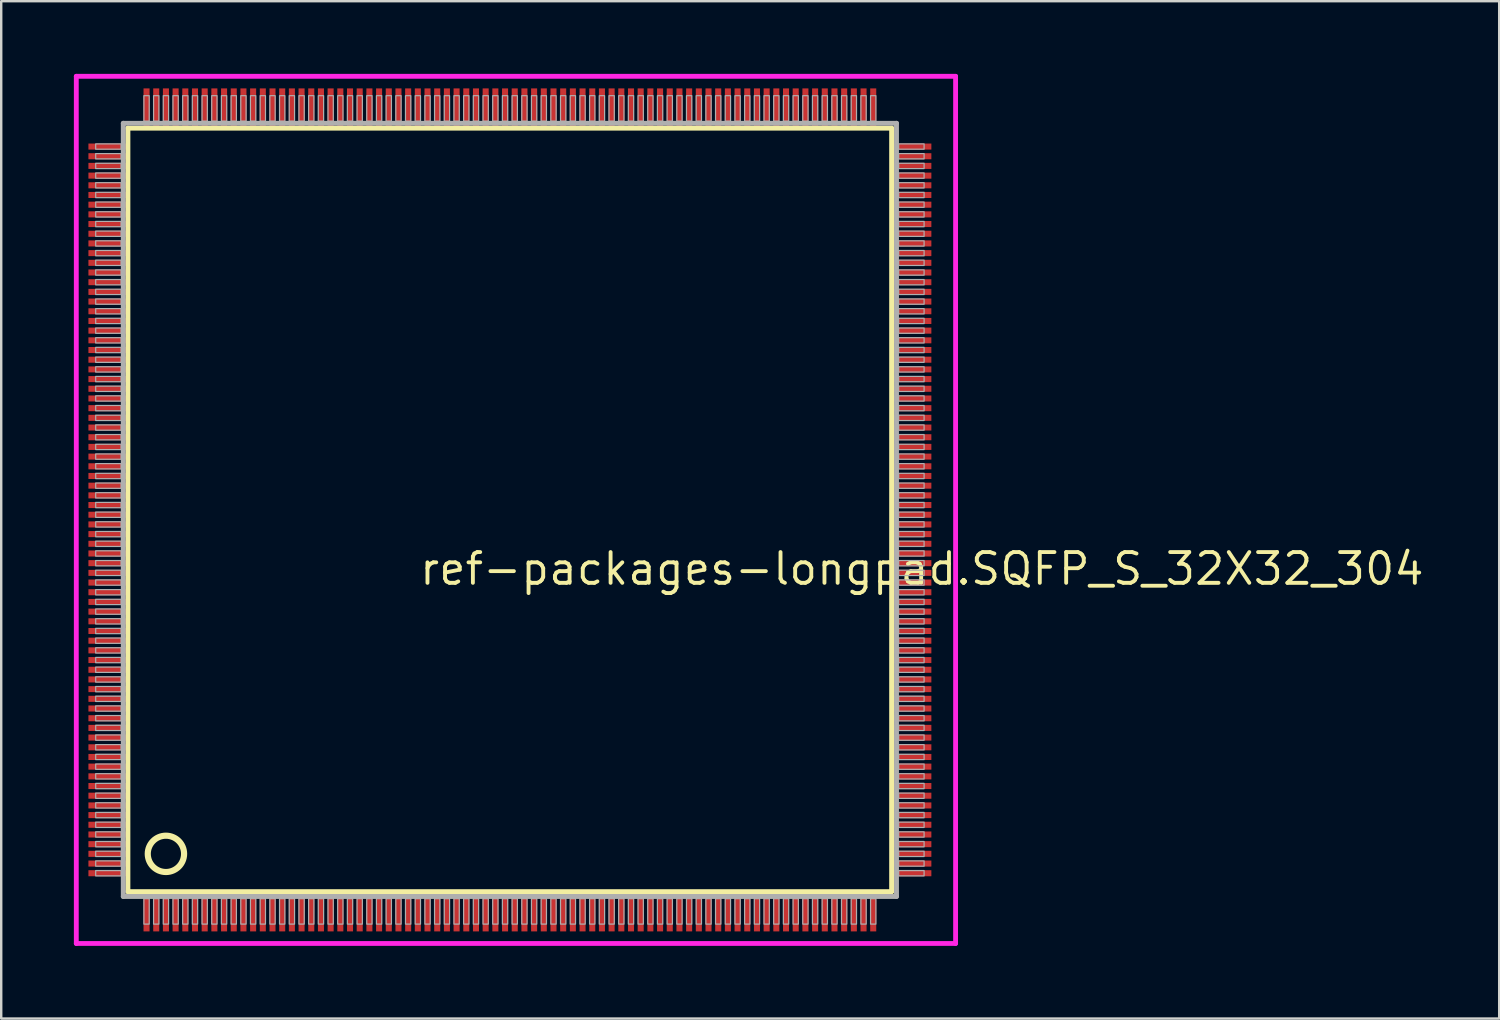
<source format=kicad_pcb>
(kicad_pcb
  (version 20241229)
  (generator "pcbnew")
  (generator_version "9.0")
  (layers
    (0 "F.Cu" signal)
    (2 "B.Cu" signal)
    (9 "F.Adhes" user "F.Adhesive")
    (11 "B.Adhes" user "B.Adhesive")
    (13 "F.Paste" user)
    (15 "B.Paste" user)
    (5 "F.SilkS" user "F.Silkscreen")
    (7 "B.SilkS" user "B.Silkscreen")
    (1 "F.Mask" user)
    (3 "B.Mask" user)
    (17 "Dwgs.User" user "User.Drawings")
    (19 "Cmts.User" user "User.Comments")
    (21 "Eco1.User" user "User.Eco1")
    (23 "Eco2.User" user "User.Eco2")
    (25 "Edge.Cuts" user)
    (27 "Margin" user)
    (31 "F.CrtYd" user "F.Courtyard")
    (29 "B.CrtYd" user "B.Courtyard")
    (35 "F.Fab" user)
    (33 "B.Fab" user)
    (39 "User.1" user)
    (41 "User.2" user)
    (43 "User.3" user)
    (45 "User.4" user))
  (footprint "ref-packages-longpad.SQFP_S_32X32_304"
    (layer "F.Cu")
    (at 18 18)
    (property "Reference" "ref-packages-longpad.SQFP_S_32X32_304" (at -3.81 3.175 0) (layer "F.SilkS") (effects (font (size 1.27 1.27) (thickness 0.16)) (justify left bottom)))
    (attr smd)
    (fp_line (start -15.77 -15.76) (end 15.76 -15.76) (stroke (width 0.203) (type default)) (layer "F.SilkS"))
    (fp_line (start -15.77 15.76) (end -15.77 -15.76) (stroke (width 0.203) (type default)) (layer "F.SilkS"))
    (fp_line (start 15.76 -15.76) (end 15.76 15.76) (stroke (width 0.203) (type default)) (layer "F.SilkS"))
    (fp_line (start 15.76 15.76) (end -15.77 15.76) (stroke (width 0.203) (type default)) (layer "F.SilkS"))
    (fp_circle (center -14.2 14.2) (end -13.45 14.2) (stroke (width 0.254) (type default)) (fill no) (layer "F.SilkS"))
    (fp_line (start -17.9 -17.9) (end 18.4 -17.9) (stroke (width 0.2) (type default)) (layer "F.CrtYd"))
    (fp_line (start -17.9 17.9) (end -17.9 -17.9) (stroke (width 0.2) (type default)) (layer "F.CrtYd"))
    (fp_line (start 18.4 -17.9) (end 18.4 17.9) (stroke (width 0.2) (type default)) (layer "F.CrtYd"))
    (fp_line (start 18.4 17.9) (end -17.9 17.9) (stroke (width 0.2) (type default)) (layer "F.CrtYd"))
    (fp_line (start -15.96 -15.96) (end -15.96 15.96) (stroke (width 0.203) (type default)) (layer "F.Fab"))
    (fp_line (start -15.96 15.96) (end 15.96 15.96) (stroke (width 0.203) (type default)) (layer "F.Fab"))
    (fp_line (start 15.96 -15.96) (end -15.96 -15.96) (stroke (width 0.203) (type default)) (layer "F.Fab"))
    (fp_line (start 15.96 15.96) (end 15.96 -15.96) (stroke (width 0.203) (type default)) (layer "F.Fab"))
    (fp_rect (start -17.1 -14.89) (end -16.05 -15.11) (stroke (width 0.05) (type default)) (fill no) (layer "F.Fab"))
    (fp_rect (start -17.1 -14.49) (end -16.05 -14.71) (stroke (width 0.05) (type default)) (fill no) (layer "F.Fab"))
    (fp_rect (start -17.1 -14.09) (end -16.05 -14.31) (stroke (width 0.05) (type default)) (fill no) (layer "F.Fab"))
    (fp_rect (start -17.1 -13.69) (end -16.05 -13.91) (stroke (width 0.05) (type default)) (fill no) (layer "F.Fab"))
    (fp_rect (start -17.1 -13.29) (end -16.05 -13.51) (stroke (width 0.05) (type default)) (fill no) (layer "F.Fab"))
    (fp_rect (start -17.1 -12.89) (end -16.05 -13.11) (stroke (width 0.05) (type default)) (fill no) (layer "F.Fab"))
    (fp_rect (start -17.1 -12.49) (end -16.05 -12.71) (stroke (width 0.05) (type default)) (fill no) (layer "F.Fab"))
    (fp_rect (start -17.1 -12.09) (end -16.05 -12.31) (stroke (width 0.05) (type default)) (fill no) (layer "F.Fab"))
    (fp_rect (start -17.1 -11.69) (end -16.05 -11.91) (stroke (width 0.05) (type default)) (fill no) (layer "F.Fab"))
    (fp_rect (start -17.1 -11.29) (end -16.05 -11.51) (stroke (width 0.05) (type default)) (fill no) (layer "F.Fab"))
    (fp_rect (start -17.1 -10.89) (end -16.05 -11.11) (stroke (width 0.05) (type default)) (fill no) (layer "F.Fab"))
    (fp_rect (start -17.1 -10.49) (end -16.05 -10.71) (stroke (width 0.05) (type default)) (fill no) (layer "F.Fab"))
    (fp_rect (start -17.1 -10.09) (end -16.05 -10.31) (stroke (width 0.05) (type default)) (fill no) (layer "F.Fab"))
    (fp_rect (start -17.1 -9.69) (end -16.05 -9.91) (stroke (width 0.05) (type default)) (fill no) (layer "F.Fab"))
    (fp_rect (start -17.1 -9.29) (end -16.05 -9.51) (stroke (width 0.05) (type default)) (fill no) (layer "F.Fab"))
    (fp_rect (start -17.1 -8.89) (end -16.05 -9.11) (stroke (width 0.05) (type default)) (fill no) (layer "F.Fab"))
    (fp_rect (start -17.1 -8.49) (end -16.05 -8.71) (stroke (width 0.05) (type default)) (fill no) (layer "F.Fab"))
    (fp_rect (start -17.1 -8.09) (end -16.05 -8.31) (stroke (width 0.05) (type default)) (fill no) (layer "F.Fab"))
    (fp_rect (start -17.1 -7.69) (end -16.05 -7.91) (stroke (width 0.05) (type default)) (fill no) (layer "F.Fab"))
    (fp_rect (start -17.1 -7.29) (end -16.05 -7.51) (stroke (width 0.05) (type default)) (fill no) (layer "F.Fab"))
    (fp_rect (start -17.1 -6.89) (end -16.05 -7.11) (stroke (width 0.05) (type default)) (fill no) (layer "F.Fab"))
    (fp_rect (start -17.1 -6.49) (end -16.05 -6.71) (stroke (width 0.05) (type default)) (fill no) (layer "F.Fab"))
    (fp_rect (start -17.1 -6.09) (end -16.05 -6.31) (stroke (width 0.05) (type default)) (fill no) (layer "F.Fab"))
    (fp_rect (start -17.1 -5.69) (end -16.05 -5.91) (stroke (width 0.05) (type default)) (fill no) (layer "F.Fab"))
    (fp_rect (start -17.1 -5.29) (end -16.05 -5.51) (stroke (width 0.05) (type default)) (fill no) (layer "F.Fab"))
    (fp_rect (start -17.1 -4.89) (end -16.05 -5.11) (stroke (width 0.05) (type default)) (fill no) (layer "F.Fab"))
    (fp_rect (start -17.1 -4.49) (end -16.05 -4.71) (stroke (width 0.05) (type default)) (fill no) (layer "F.Fab"))
    (fp_rect (start -17.1 -4.09) (end -16.05 -4.31) (stroke (width 0.05) (type default)) (fill no) (layer "F.Fab"))
    (fp_rect (start -17.1 -3.69) (end -16.05 -3.91) (stroke (width 0.05) (type default)) (fill no) (layer "F.Fab"))
    (fp_rect (start -17.1 -3.29) (end -16.05 -3.51) (stroke (width 0.05) (type default)) (fill no) (layer "F.Fab"))
    (fp_rect (start -17.1 -2.89) (end -16.05 -3.11) (stroke (width 0.05) (type default)) (fill no) (layer "F.Fab"))
    (fp_rect (start -17.1 -2.49) (end -16.05 -2.71) (stroke (width 0.05) (type default)) (fill no) (layer "F.Fab"))
    (fp_rect (start -17.1 -2.09) (end -16.05 -2.31) (stroke (width 0.05) (type default)) (fill no) (layer "F.Fab"))
    (fp_rect (start -17.1 -1.69) (end -16.05 -1.91) (stroke (width 0.05) (type default)) (fill no) (layer "F.Fab"))
    (fp_rect (start -17.1 -1.29) (end -16.05 -1.51) (stroke (width 0.05) (type default)) (fill no) (layer "F.Fab"))
    (fp_rect (start -17.1 -0.89) (end -16.05 -1.11) (stroke (width 0.05) (type default)) (fill no) (layer "F.Fab"))
    (fp_rect (start -17.1 -0.49) (end -16.05 -0.71) (stroke (width 0.05) (type default)) (fill no) (layer "F.Fab"))
    (fp_rect (start -17.1 -0.09) (end -16.05 -0.31) (stroke (width 0.05) (type default)) (fill no) (layer "F.Fab"))
    (fp_rect (start -17.1 0.31) (end -16.05 0.09) (stroke (width 0.05) (type default)) (fill no) (layer "F.Fab"))
    (fp_rect (start -17.1 0.71) (end -16.05 0.49) (stroke (width 0.05) (type default)) (fill no) (layer "F.Fab"))
    (fp_rect (start -17.1 1.11) (end -16.05 0.89) (stroke (width 0.05) (type default)) (fill no) (layer "F.Fab"))
    (fp_rect (start -17.1 1.51) (end -16.05 1.29) (stroke (width 0.05) (type default)) (fill no) (layer "F.Fab"))
    (fp_rect (start -17.1 1.91) (end -16.05 1.69) (stroke (width 0.05) (type default)) (fill no) (layer "F.Fab"))
    (fp_rect (start -17.1 2.31) (end -16.05 2.09) (stroke (width 0.05) (type default)) (fill no) (layer "F.Fab"))
    (fp_rect (start -17.1 2.71) (end -16.05 2.49) (stroke (width 0.05) (type default)) (fill no) (layer "F.Fab"))
    (fp_rect (start -17.1 3.11) (end -16.05 2.89) (stroke (width 0.05) (type default)) (fill no) (layer "F.Fab"))
    (fp_rect (start -17.1 3.51) (end -16.05 3.29) (stroke (width 0.05) (type default)) (fill no) (layer "F.Fab"))
    (fp_rect (start -17.1 3.91) (end -16.05 3.69) (stroke (width 0.05) (type default)) (fill no) (layer "F.Fab"))
    (fp_rect (start -17.1 4.31) (end -16.05 4.09) (stroke (width 0.05) (type default)) (fill no) (layer "F.Fab"))
    (fp_rect (start -17.1 4.71) (end -16.05 4.49) (stroke (width 0.05) (type default)) (fill no) (layer "F.Fab"))
    (fp_rect (start -17.1 5.11) (end -16.05 4.89) (stroke (width 0.05) (type default)) (fill no) (layer "F.Fab"))
    (fp_rect (start -17.1 5.51) (end -16.05 5.29) (stroke (width 0.05) (type default)) (fill no) (layer "F.Fab"))
    (fp_rect (start -17.1 5.91) (end -16.05 5.69) (stroke (width 0.05) (type default)) (fill no) (layer "F.Fab"))
    (fp_rect (start -17.1 6.31) (end -16.05 6.09) (stroke (width 0.05) (type default)) (fill no) (layer "F.Fab"))
    (fp_rect (start -17.1 6.71) (end -16.05 6.49) (stroke (width 0.05) (type default)) (fill no) (layer "F.Fab"))
    (fp_rect (start -17.1 7.11) (end -16.05 6.89) (stroke (width 0.05) (type default)) (fill no) (layer "F.Fab"))
    (fp_rect (start -17.1 7.51) (end -16.05 7.29) (stroke (width 0.05) (type default)) (fill no) (layer "F.Fab"))
    (fp_rect (start -17.1 7.91) (end -16.05 7.69) (stroke (width 0.05) (type default)) (fill no) (layer "F.Fab"))
    (fp_rect (start -17.1 8.31) (end -16.05 8.09) (stroke (width 0.05) (type default)) (fill no) (layer "F.Fab"))
    (fp_rect (start -17.1 8.71) (end -16.05 8.49) (stroke (width 0.05) (type default)) (fill no) (layer "F.Fab"))
    (fp_rect (start -17.1 9.11) (end -16.05 8.89) (stroke (width 0.05) (type default)) (fill no) (layer "F.Fab"))
    (fp_rect (start -17.1 9.51) (end -16.05 9.29) (stroke (width 0.05) (type default)) (fill no) (layer "F.Fab"))
    (fp_rect (start -17.1 9.91) (end -16.05 9.69) (stroke (width 0.05) (type default)) (fill no) (layer "F.Fab"))
    (fp_rect (start -17.1 10.31) (end -16.05 10.09) (stroke (width 0.05) (type default)) (fill no) (layer "F.Fab"))
    (fp_rect (start -17.1 10.71) (end -16.05 10.49) (stroke (width 0.05) (type default)) (fill no) (layer "F.Fab"))
    (fp_rect (start -17.1 11.11) (end -16.05 10.89) (stroke (width 0.05) (type default)) (fill no) (layer "F.Fab"))
    (fp_rect (start -17.1 11.51) (end -16.05 11.29) (stroke (width 0.05) (type default)) (fill no) (layer "F.Fab"))
    (fp_rect (start -17.1 11.91) (end -16.05 11.69) (stroke (width 0.05) (type default)) (fill no) (layer "F.Fab"))
    (fp_rect (start -17.1 12.31) (end -16.05 12.09) (stroke (width 0.05) (type default)) (fill no) (layer "F.Fab"))
    (fp_rect (start -17.1 12.71) (end -16.05 12.49) (stroke (width 0.05) (type default)) (fill no) (layer "F.Fab"))
    (fp_rect (start -17.1 13.11) (end -16.05 12.89) (stroke (width 0.05) (type default)) (fill no) (layer "F.Fab"))
    (fp_rect (start -17.1 13.51) (end -16.05 13.29) (stroke (width 0.05) (type default)) (fill no) (layer "F.Fab"))
    (fp_rect (start -17.1 13.91) (end -16.05 13.69) (stroke (width 0.05) (type default)) (fill no) (layer "F.Fab"))
    (fp_rect (start -17.1 14.31) (end -16.05 14.09) (stroke (width 0.05) (type default)) (fill no) (layer "F.Fab"))
    (fp_rect (start -17.1 14.71) (end -16.05 14.49) (stroke (width 0.05) (type default)) (fill no) (layer "F.Fab"))
    (fp_rect (start -17.1 15.11) (end -16.05 14.89) (stroke (width 0.05) (type default)) (fill no) (layer "F.Fab"))
    (fp_rect (start -15.11 -16.05) (end -14.89 -17.1) (stroke (width 0.05) (type default)) (fill no) (layer "F.Fab"))
    (fp_rect (start -15.11 17.1) (end -14.89 16.05) (stroke (width 0.05) (type default)) (fill no) (layer "F.Fab"))
    (fp_rect (start -14.71 -16.05) (end -14.49 -17.1) (stroke (width 0.05) (type default)) (fill no) (layer "F.Fab"))
    (fp_rect (start -14.71 17.1) (end -14.49 16.05) (stroke (width 0.05) (type default)) (fill no) (layer "F.Fab"))
    (fp_rect (start -14.31 -16.05) (end -14.09 -17.1) (stroke (width 0.05) (type default)) (fill no) (layer "F.Fab"))
    (fp_rect (start -14.31 17.1) (end -14.09 16.05) (stroke (width 0.05) (type default)) (fill no) (layer "F.Fab"))
    (fp_rect (start -13.91 -16.05) (end -13.69 -17.1) (stroke (width 0.05) (type default)) (fill no) (layer "F.Fab"))
    (fp_rect (start -13.91 17.1) (end -13.69 16.05) (stroke (width 0.05) (type default)) (fill no) (layer "F.Fab"))
    (fp_rect (start -13.51 -16.05) (end -13.29 -17.1) (stroke (width 0.05) (type default)) (fill no) (layer "F.Fab"))
    (fp_rect (start -13.51 17.1) (end -13.29 16.05) (stroke (width 0.05) (type default)) (fill no) (layer "F.Fab"))
    (fp_rect (start -13.11 -16.05) (end -12.89 -17.1) (stroke (width 0.05) (type default)) (fill no) (layer "F.Fab"))
    (fp_rect (start -13.11 17.1) (end -12.89 16.05) (stroke (width 0.05) (type default)) (fill no) (layer "F.Fab"))
    (fp_rect (start -12.71 -16.05) (end -12.49 -17.1) (stroke (width 0.05) (type default)) (fill no) (layer "F.Fab"))
    (fp_rect (start -12.71 17.1) (end -12.49 16.05) (stroke (width 0.05) (type default)) (fill no) (layer "F.Fab"))
    (fp_rect (start -12.31 -16.05) (end -12.09 -17.1) (stroke (width 0.05) (type default)) (fill no) (layer "F.Fab"))
    (fp_rect (start -12.31 17.1) (end -12.09 16.05) (stroke (width 0.05) (type default)) (fill no) (layer "F.Fab"))
    (fp_rect (start -11.91 -16.05) (end -11.69 -17.1) (stroke (width 0.05) (type default)) (fill no) (layer "F.Fab"))
    (fp_rect (start -11.91 17.1) (end -11.69 16.05) (stroke (width 0.05) (type default)) (fill no) (layer "F.Fab"))
    (fp_rect (start -11.51 -16.05) (end -11.29 -17.1) (stroke (width 0.05) (type default)) (fill no) (layer "F.Fab"))
    (fp_rect (start -11.51 17.1) (end -11.29 16.05) (stroke (width 0.05) (type default)) (fill no) (layer "F.Fab"))
    (fp_rect (start -11.11 -16.05) (end -10.89 -17.1) (stroke (width 0.05) (type default)) (fill no) (layer "F.Fab"))
    (fp_rect (start -11.11 17.1) (end -10.89 16.05) (stroke (width 0.05) (type default)) (fill no) (layer "F.Fab"))
    (fp_rect (start -10.71 -16.05) (end -10.49 -17.1) (stroke (width 0.05) (type default)) (fill no) (layer "F.Fab"))
    (fp_rect (start -10.71 17.1) (end -10.49 16.05) (stroke (width 0.05) (type default)) (fill no) (layer "F.Fab"))
    (fp_rect (start -10.31 -16.05) (end -10.09 -17.1) (stroke (width 0.05) (type default)) (fill no) (layer "F.Fab"))
    (fp_rect (start -10.31 17.1) (end -10.09 16.05) (stroke (width 0.05) (type default)) (fill no) (layer "F.Fab"))
    (fp_rect (start -9.91 -16.05) (end -9.69 -17.1) (stroke (width 0.05) (type default)) (fill no) (layer "F.Fab"))
    (fp_rect (start -9.91 17.1) (end -9.69 16.05) (stroke (width 0.05) (type default)) (fill no) (layer "F.Fab"))
    (fp_rect (start -9.51 -16.05) (end -9.29 -17.1) (stroke (width 0.05) (type default)) (fill no) (layer "F.Fab"))
    (fp_rect (start -9.51 17.1) (end -9.29 16.05) (stroke (width 0.05) (type default)) (fill no) (layer "F.Fab"))
    (fp_rect (start -9.11 -16.05) (end -8.89 -17.1) (stroke (width 0.05) (type default)) (fill no) (layer "F.Fab"))
    (fp_rect (start -9.11 17.1) (end -8.89 16.05) (stroke (width 0.05) (type default)) (fill no) (layer "F.Fab"))
    (fp_rect (start -8.71 -16.05) (end -8.49 -17.1) (stroke (width 0.05) (type default)) (fill no) (layer "F.Fab"))
    (fp_rect (start -8.71 17.1) (end -8.49 16.05) (stroke (width 0.05) (type default)) (fill no) (layer "F.Fab"))
    (fp_rect (start -8.31 -16.05) (end -8.09 -17.1) (stroke (width 0.05) (type default)) (fill no) (layer "F.Fab"))
    (fp_rect (start -8.31 17.1) (end -8.09 16.05) (stroke (width 0.05) (type default)) (fill no) (layer "F.Fab"))
    (fp_rect (start -7.91 -16.05) (end -7.69 -17.1) (stroke (width 0.05) (type default)) (fill no) (layer "F.Fab"))
    (fp_rect (start -7.91 17.1) (end -7.69 16.05) (stroke (width 0.05) (type default)) (fill no) (layer "F.Fab"))
    (fp_rect (start -7.51 -16.05) (end -7.29 -17.1) (stroke (width 0.05) (type default)) (fill no) (layer "F.Fab"))
    (fp_rect (start -7.51 17.1) (end -7.29 16.05) (stroke (width 0.05) (type default)) (fill no) (layer "F.Fab"))
    (fp_rect (start -7.11 -16.05) (end -6.89 -17.1) (stroke (width 0.05) (type default)) (fill no) (layer "F.Fab"))
    (fp_rect (start -7.11 17.1) (end -6.89 16.05) (stroke (width 0.05) (type default)) (fill no) (layer "F.Fab"))
    (fp_rect (start -6.71 -16.05) (end -6.49 -17.1) (stroke (width 0.05) (type default)) (fill no) (layer "F.Fab"))
    (fp_rect (start -6.71 17.1) (end -6.49 16.05) (stroke (width 0.05) (type default)) (fill no) (layer "F.Fab"))
    (fp_rect (start -6.31 -16.05) (end -6.09 -17.1) (stroke (width 0.05) (type default)) (fill no) (layer "F.Fab"))
    (fp_rect (start -6.31 17.1) (end -6.09 16.05) (stroke (width 0.05) (type default)) (fill no) (layer "F.Fab"))
    (fp_rect (start -5.91 -16.05) (end -5.69 -17.1) (stroke (width 0.05) (type default)) (fill no) (layer "F.Fab"))
    (fp_rect (start -5.91 17.1) (end -5.69 16.05) (stroke (width 0.05) (type default)) (fill no) (layer "F.Fab"))
    (fp_rect (start -5.51 -16.05) (end -5.29 -17.1) (stroke (width 0.05) (type default)) (fill no) (layer "F.Fab"))
    (fp_rect (start -5.51 17.1) (end -5.29 16.05) (stroke (width 0.05) (type default)) (fill no) (layer "F.Fab"))
    (fp_rect (start -5.11 -16.05) (end -4.89 -17.1) (stroke (width 0.05) (type default)) (fill no) (layer "F.Fab"))
    (fp_rect (start -5.11 17.1) (end -4.89 16.05) (stroke (width 0.05) (type default)) (fill no) (layer "F.Fab"))
    (fp_rect (start -4.71 -16.05) (end -4.49 -17.1) (stroke (width 0.05) (type default)) (fill no) (layer "F.Fab"))
    (fp_rect (start -4.71 17.1) (end -4.49 16.05) (stroke (width 0.05) (type default)) (fill no) (layer "F.Fab"))
    (fp_rect (start -4.31 -16.05) (end -4.09 -17.1) (stroke (width 0.05) (type default)) (fill no) (layer "F.Fab"))
    (fp_rect (start -4.31 17.1) (end -4.09 16.05) (stroke (width 0.05) (type default)) (fill no) (layer "F.Fab"))
    (fp_rect (start -3.91 -16.05) (end -3.69 -17.1) (stroke (width 0.05) (type default)) (fill no) (layer "F.Fab"))
    (fp_rect (start -3.91 17.1) (end -3.69 16.05) (stroke (width 0.05) (type default)) (fill no) (layer "F.Fab"))
    (fp_rect (start -3.51 -16.05) (end -3.29 -17.1) (stroke (width 0.05) (type default)) (fill no) (layer "F.Fab"))
    (fp_rect (start -3.51 17.1) (end -3.29 16.05) (stroke (width 0.05) (type default)) (fill no) (layer "F.Fab"))
    (fp_rect (start -3.11 -16.05) (end -2.89 -17.1) (stroke (width 0.05) (type default)) (fill no) (layer "F.Fab"))
    (fp_rect (start -3.11 17.1) (end -2.89 16.05) (stroke (width 0.05) (type default)) (fill no) (layer "F.Fab"))
    (fp_rect (start -2.71 -16.05) (end -2.49 -17.1) (stroke (width 0.05) (type default)) (fill no) (layer "F.Fab"))
    (fp_rect (start -2.71 17.1) (end -2.49 16.05) (stroke (width 0.05) (type default)) (fill no) (layer "F.Fab"))
    (fp_rect (start -2.31 -16.05) (end -2.09 -17.1) (stroke (width 0.05) (type default)) (fill no) (layer "F.Fab"))
    (fp_rect (start -2.31 17.1) (end -2.09 16.05) (stroke (width 0.05) (type default)) (fill no) (layer "F.Fab"))
    (fp_rect (start -1.91 -16.05) (end -1.69 -17.1) (stroke (width 0.05) (type default)) (fill no) (layer "F.Fab"))
    (fp_rect (start -1.91 17.1) (end -1.69 16.05) (stroke (width 0.05) (type default)) (fill no) (layer "F.Fab"))
    (fp_rect (start -1.51 -16.05) (end -1.29 -17.1) (stroke (width 0.05) (type default)) (fill no) (layer "F.Fab"))
    (fp_rect (start -1.51 17.1) (end -1.29 16.05) (stroke (width 0.05) (type default)) (fill no) (layer "F.Fab"))
    (fp_rect (start -1.11 -16.05) (end -0.89 -17.1) (stroke (width 0.05) (type default)) (fill no) (layer "F.Fab"))
    (fp_rect (start -1.11 17.1) (end -0.89 16.05) (stroke (width 0.05) (type default)) (fill no) (layer "F.Fab"))
    (fp_rect (start -0.71 -16.05) (end -0.49 -17.1) (stroke (width 0.05) (type default)) (fill no) (layer "F.Fab"))
    (fp_rect (start -0.71 17.1) (end -0.49 16.05) (stroke (width 0.05) (type default)) (fill no) (layer "F.Fab"))
    (fp_rect (start -0.31 -16.05) (end -0.09 -17.1) (stroke (width 0.05) (type default)) (fill no) (layer "F.Fab"))
    (fp_rect (start -0.31 17.1) (end -0.09 16.05) (stroke (width 0.05) (type default)) (fill no) (layer "F.Fab"))
    (fp_rect (start 0.09 -16.05) (end 0.31 -17.1) (stroke (width 0.05) (type default)) (fill no) (layer "F.Fab"))
    (fp_rect (start 0.09 17.1) (end 0.31 16.05) (stroke (width 0.05) (type default)) (fill no) (layer "F.Fab"))
    (fp_rect (start 0.49 -16.05) (end 0.71 -17.1) (stroke (width 0.05) (type default)) (fill no) (layer "F.Fab"))
    (fp_rect (start 0.49 17.1) (end 0.71 16.05) (stroke (width 0.05) (type default)) (fill no) (layer "F.Fab"))
    (fp_rect (start 0.89 -16.05) (end 1.11 -17.1) (stroke (width 0.05) (type default)) (fill no) (layer "F.Fab"))
    (fp_rect (start 0.89 17.1) (end 1.11 16.05) (stroke (width 0.05) (type default)) (fill no) (layer "F.Fab"))
    (fp_rect (start 1.29 -16.05) (end 1.51 -17.1) (stroke (width 0.05) (type default)) (fill no) (layer "F.Fab"))
    (fp_rect (start 1.29 17.1) (end 1.51 16.05) (stroke (width 0.05) (type default)) (fill no) (layer "F.Fab"))
    (fp_rect (start 1.69 -16.05) (end 1.91 -17.1) (stroke (width 0.05) (type default)) (fill no) (layer "F.Fab"))
    (fp_rect (start 1.69 17.1) (end 1.91 16.05) (stroke (width 0.05) (type default)) (fill no) (layer "F.Fab"))
    (fp_rect (start 2.09 -16.05) (end 2.31 -17.1) (stroke (width 0.05) (type default)) (fill no) (layer "F.Fab"))
    (fp_rect (start 2.09 17.1) (end 2.31 16.05) (stroke (width 0.05) (type default)) (fill no) (layer "F.Fab"))
    (fp_rect (start 2.49 -16.05) (end 2.71 -17.1) (stroke (width 0.05) (type default)) (fill no) (layer "F.Fab"))
    (fp_rect (start 2.49 17.1) (end 2.71 16.05) (stroke (width 0.05) (type default)) (fill no) (layer "F.Fab"))
    (fp_rect (start 2.89 -16.05) (end 3.11 -17.1) (stroke (width 0.05) (type default)) (fill no) (layer "F.Fab"))
    (fp_rect (start 2.89 17.1) (end 3.11 16.05) (stroke (width 0.05) (type default)) (fill no) (layer "F.Fab"))
    (fp_rect (start 3.29 -16.05) (end 3.51 -17.1) (stroke (width 0.05) (type default)) (fill no) (layer "F.Fab"))
    (fp_rect (start 3.29 17.1) (end 3.51 16.05) (stroke (width 0.05) (type default)) (fill no) (layer "F.Fab"))
    (fp_rect (start 3.69 -16.05) (end 3.91 -17.1) (stroke (width 0.05) (type default)) (fill no) (layer "F.Fab"))
    (fp_rect (start 3.69 17.1) (end 3.91 16.05) (stroke (width 0.05) (type default)) (fill no) (layer "F.Fab"))
    (fp_rect (start 4.09 -16.05) (end 4.31 -17.1) (stroke (width 0.05) (type default)) (fill no) (layer "F.Fab"))
    (fp_rect (start 4.09 17.1) (end 4.31 16.05) (stroke (width 0.05) (type default)) (fill no) (layer "F.Fab"))
    (fp_rect (start 4.49 -16.05) (end 4.71 -17.1) (stroke (width 0.05) (type default)) (fill no) (layer "F.Fab"))
    (fp_rect (start 4.49 17.1) (end 4.71 16.05) (stroke (width 0.05) (type default)) (fill no) (layer "F.Fab"))
    (fp_rect (start 4.89 -16.05) (end 5.11 -17.1) (stroke (width 0.05) (type default)) (fill no) (layer "F.Fab"))
    (fp_rect (start 4.89 17.1) (end 5.11 16.05) (stroke (width 0.05) (type default)) (fill no) (layer "F.Fab"))
    (fp_rect (start 5.29 -16.05) (end 5.51 -17.1) (stroke (width 0.05) (type default)) (fill no) (layer "F.Fab"))
    (fp_rect (start 5.29 17.1) (end 5.51 16.05) (stroke (width 0.05) (type default)) (fill no) (layer "F.Fab"))
    (fp_rect (start 5.69 -16.05) (end 5.91 -17.1) (stroke (width 0.05) (type default)) (fill no) (layer "F.Fab"))
    (fp_rect (start 5.69 17.1) (end 5.91 16.05) (stroke (width 0.05) (type default)) (fill no) (layer "F.Fab"))
    (fp_rect (start 6.09 -16.05) (end 6.31 -17.1) (stroke (width 0.05) (type default)) (fill no) (layer "F.Fab"))
    (fp_rect (start 6.09 17.1) (end 6.31 16.05) (stroke (width 0.05) (type default)) (fill no) (layer "F.Fab"))
    (fp_rect (start 6.49 -16.05) (end 6.71 -17.1) (stroke (width 0.05) (type default)) (fill no) (layer "F.Fab"))
    (fp_rect (start 6.49 17.1) (end 6.71 16.05) (stroke (width 0.05) (type default)) (fill no) (layer "F.Fab"))
    (fp_rect (start 6.89 -16.05) (end 7.11 -17.1) (stroke (width 0.05) (type default)) (fill no) (layer "F.Fab"))
    (fp_rect (start 6.89 17.1) (end 7.11 16.05) (stroke (width 0.05) (type default)) (fill no) (layer "F.Fab"))
    (fp_rect (start 7.29 -16.05) (end 7.51 -17.1) (stroke (width 0.05) (type default)) (fill no) (layer "F.Fab"))
    (fp_rect (start 7.29 17.1) (end 7.51 16.05) (stroke (width 0.05) (type default)) (fill no) (layer "F.Fab"))
    (fp_rect (start 7.69 -16.05) (end 7.91 -17.1) (stroke (width 0.05) (type default)) (fill no) (layer "F.Fab"))
    (fp_rect (start 7.69 17.1) (end 7.91 16.05) (stroke (width 0.05) (type default)) (fill no) (layer "F.Fab"))
    (fp_rect (start 8.09 -16.05) (end 8.31 -17.1) (stroke (width 0.05) (type default)) (fill no) (layer "F.Fab"))
    (fp_rect (start 8.09 17.1) (end 8.31 16.05) (stroke (width 0.05) (type default)) (fill no) (layer "F.Fab"))
    (fp_rect (start 8.49 -16.05) (end 8.71 -17.1) (stroke (width 0.05) (type default)) (fill no) (layer "F.Fab"))
    (fp_rect (start 8.49 17.1) (end 8.71 16.05) (stroke (width 0.05) (type default)) (fill no) (layer "F.Fab"))
    (fp_rect (start 8.89 -16.05) (end 9.11 -17.1) (stroke (width 0.05) (type default)) (fill no) (layer "F.Fab"))
    (fp_rect (start 8.89 17.1) (end 9.11 16.05) (stroke (width 0.05) (type default)) (fill no) (layer "F.Fab"))
    (fp_rect (start 9.29 -16.05) (end 9.51 -17.1) (stroke (width 0.05) (type default)) (fill no) (layer "F.Fab"))
    (fp_rect (start 9.29 17.1) (end 9.51 16.05) (stroke (width 0.05) (type default)) (fill no) (layer "F.Fab"))
    (fp_rect (start 9.69 -16.05) (end 9.91 -17.1) (stroke (width 0.05) (type default)) (fill no) (layer "F.Fab"))
    (fp_rect (start 9.69 17.1) (end 9.91 16.05) (stroke (width 0.05) (type default)) (fill no) (layer "F.Fab"))
    (fp_rect (start 10.09 -16.05) (end 10.31 -17.1) (stroke (width 0.05) (type default)) (fill no) (layer "F.Fab"))
    (fp_rect (start 10.09 17.1) (end 10.31 16.05) (stroke (width 0.05) (type default)) (fill no) (layer "F.Fab"))
    (fp_rect (start 10.49 -16.05) (end 10.71 -17.1) (stroke (width 0.05) (type default)) (fill no) (layer "F.Fab"))
    (fp_rect (start 10.49 17.1) (end 10.71 16.05) (stroke (width 0.05) (type default)) (fill no) (layer "F.Fab"))
    (fp_rect (start 10.89 -16.05) (end 11.11 -17.1) (stroke (width 0.05) (type default)) (fill no) (layer "F.Fab"))
    (fp_rect (start 10.89 17.1) (end 11.11 16.05) (stroke (width 0.05) (type default)) (fill no) (layer "F.Fab"))
    (fp_rect (start 11.29 -16.05) (end 11.51 -17.1) (stroke (width 0.05) (type default)) (fill no) (layer "F.Fab"))
    (fp_rect (start 11.29 17.1) (end 11.51 16.05) (stroke (width 0.05) (type default)) (fill no) (layer "F.Fab"))
    (fp_rect (start 11.69 -16.05) (end 11.91 -17.1) (stroke (width 0.05) (type default)) (fill no) (layer "F.Fab"))
    (fp_rect (start 11.69 17.1) (end 11.91 16.05) (stroke (width 0.05) (type default)) (fill no) (layer "F.Fab"))
    (fp_rect (start 12.09 -16.05) (end 12.31 -17.1) (stroke (width 0.05) (type default)) (fill no) (layer "F.Fab"))
    (fp_rect (start 12.09 17.1) (end 12.31 16.05) (stroke (width 0.05) (type default)) (fill no) (layer "F.Fab"))
    (fp_rect (start 12.49 -16.05) (end 12.71 -17.1) (stroke (width 0.05) (type default)) (fill no) (layer "F.Fab"))
    (fp_rect (start 12.49 17.1) (end 12.71 16.05) (stroke (width 0.05) (type default)) (fill no) (layer "F.Fab"))
    (fp_rect (start 12.89 -16.05) (end 13.11 -17.1) (stroke (width 0.05) (type default)) (fill no) (layer "F.Fab"))
    (fp_rect (start 12.89 17.1) (end 13.11 16.05) (stroke (width 0.05) (type default)) (fill no) (layer "F.Fab"))
    (fp_rect (start 13.29 -16.05) (end 13.51 -17.1) (stroke (width 0.05) (type default)) (fill no) (layer "F.Fab"))
    (fp_rect (start 13.29 17.1) (end 13.51 16.05) (stroke (width 0.05) (type default)) (fill no) (layer "F.Fab"))
    (fp_rect (start 13.69 -16.05) (end 13.91 -17.1) (stroke (width 0.05) (type default)) (fill no) (layer "F.Fab"))
    (fp_rect (start 13.69 17.1) (end 13.91 16.05) (stroke (width 0.05) (type default)) (fill no) (layer "F.Fab"))
    (fp_rect (start 14.09 -16.05) (end 14.31 -17.1) (stroke (width 0.05) (type default)) (fill no) (layer "F.Fab"))
    (fp_rect (start 14.09 17.1) (end 14.31 16.05) (stroke (width 0.05) (type default)) (fill no) (layer "F.Fab"))
    (fp_rect (start 14.49 -16.05) (end 14.71 -17.1) (stroke (width 0.05) (type default)) (fill no) (layer "F.Fab"))
    (fp_rect (start 14.49 17.1) (end 14.71 16.05) (stroke (width 0.05) (type default)) (fill no) (layer "F.Fab"))
    (fp_rect (start 14.89 -16.05) (end 15.11 -17.1) (stroke (width 0.05) (type default)) (fill no) (layer "F.Fab"))
    (fp_rect (start 14.89 17.1) (end 15.11 16.05) (stroke (width 0.05) (type default)) (fill no) (layer "F.Fab"))
    (fp_rect (start 16.05 -14.89) (end 17.1 -15.11) (stroke (width 0.05) (type default)) (fill no) (layer "F.Fab"))
    (fp_rect (start 16.05 -14.49) (end 17.1 -14.71) (stroke (width 0.05) (type default)) (fill no) (layer "F.Fab"))
    (fp_rect (start 16.05 -14.09) (end 17.1 -14.31) (stroke (width 0.05) (type default)) (fill no) (layer "F.Fab"))
    (fp_rect (start 16.05 -13.69) (end 17.1 -13.91) (stroke (width 0.05) (type default)) (fill no) (layer "F.Fab"))
    (fp_rect (start 16.05 -13.29) (end 17.1 -13.51) (stroke (width 0.05) (type default)) (fill no) (layer "F.Fab"))
    (fp_rect (start 16.05 -12.89) (end 17.1 -13.11) (stroke (width 0.05) (type default)) (fill no) (layer "F.Fab"))
    (fp_rect (start 16.05 -12.49) (end 17.1 -12.71) (stroke (width 0.05) (type default)) (fill no) (layer "F.Fab"))
    (fp_rect (start 16.05 -12.09) (end 17.1 -12.31) (stroke (width 0.05) (type default)) (fill no) (layer "F.Fab"))
    (fp_rect (start 16.05 -11.69) (end 17.1 -11.91) (stroke (width 0.05) (type default)) (fill no) (layer "F.Fab"))
    (fp_rect (start 16.05 -11.29) (end 17.1 -11.51) (stroke (width 0.05) (type default)) (fill no) (layer "F.Fab"))
    (fp_rect (start 16.05 -10.89) (end 17.1 -11.11) (stroke (width 0.05) (type default)) (fill no) (layer "F.Fab"))
    (fp_rect (start 16.05 -10.49) (end 17.1 -10.71) (stroke (width 0.05) (type default)) (fill no) (layer "F.Fab"))
    (fp_rect (start 16.05 -10.09) (end 17.1 -10.31) (stroke (width 0.05) (type default)) (fill no) (layer "F.Fab"))
    (fp_rect (start 16.05 -9.69) (end 17.1 -9.91) (stroke (width 0.05) (type default)) (fill no) (layer "F.Fab"))
    (fp_rect (start 16.05 -9.29) (end 17.1 -9.51) (stroke (width 0.05) (type default)) (fill no) (layer "F.Fab"))
    (fp_rect (start 16.05 -8.89) (end 17.1 -9.11) (stroke (width 0.05) (type default)) (fill no) (layer "F.Fab"))
    (fp_rect (start 16.05 -8.49) (end 17.1 -8.71) (stroke (width 0.05) (type default)) (fill no) (layer "F.Fab"))
    (fp_rect (start 16.05 -8.09) (end 17.1 -8.31) (stroke (width 0.05) (type default)) (fill no) (layer "F.Fab"))
    (fp_rect (start 16.05 -7.69) (end 17.1 -7.91) (stroke (width 0.05) (type default)) (fill no) (layer "F.Fab"))
    (fp_rect (start 16.05 -7.29) (end 17.1 -7.51) (stroke (width 0.05) (type default)) (fill no) (layer "F.Fab"))
    (fp_rect (start 16.05 -6.89) (end 17.1 -7.11) (stroke (width 0.05) (type default)) (fill no) (layer "F.Fab"))
    (fp_rect (start 16.05 -6.49) (end 17.1 -6.71) (stroke (width 0.05) (type default)) (fill no) (layer "F.Fab"))
    (fp_rect (start 16.05 -6.09) (end 17.1 -6.31) (stroke (width 0.05) (type default)) (fill no) (layer "F.Fab"))
    (fp_rect (start 16.05 -5.69) (end 17.1 -5.91) (stroke (width 0.05) (type default)) (fill no) (layer "F.Fab"))
    (fp_rect (start 16.05 -5.29) (end 17.1 -5.51) (stroke (width 0.05) (type default)) (fill no) (layer "F.Fab"))
    (fp_rect (start 16.05 -4.89) (end 17.1 -5.11) (stroke (width 0.05) (type default)) (fill no) (layer "F.Fab"))
    (fp_rect (start 16.05 -4.49) (end 17.1 -4.71) (stroke (width 0.05) (type default)) (fill no) (layer "F.Fab"))
    (fp_rect (start 16.05 -4.09) (end 17.1 -4.31) (stroke (width 0.05) (type default)) (fill no) (layer "F.Fab"))
    (fp_rect (start 16.05 -3.69) (end 17.1 -3.91) (stroke (width 0.05) (type default)) (fill no) (layer "F.Fab"))
    (fp_rect (start 16.05 -3.29) (end 17.1 -3.51) (stroke (width 0.05) (type default)) (fill no) (layer "F.Fab"))
    (fp_rect (start 16.05 -2.89) (end 17.1 -3.11) (stroke (width 0.05) (type default)) (fill no) (layer "F.Fab"))
    (fp_rect (start 16.05 -2.49) (end 17.1 -2.71) (stroke (width 0.05) (type default)) (fill no) (layer "F.Fab"))
    (fp_rect (start 16.05 -2.09) (end 17.1 -2.31) (stroke (width 0.05) (type default)) (fill no) (layer "F.Fab"))
    (fp_rect (start 16.05 -1.69) (end 17.1 -1.91) (stroke (width 0.05) (type default)) (fill no) (layer "F.Fab"))
    (fp_rect (start 16.05 -1.29) (end 17.1 -1.51) (stroke (width 0.05) (type default)) (fill no) (layer "F.Fab"))
    (fp_rect (start 16.05 -0.89) (end 17.1 -1.11) (stroke (width 0.05) (type default)) (fill no) (layer "F.Fab"))
    (fp_rect (start 16.05 -0.49) (end 17.1 -0.71) (stroke (width 0.05) (type default)) (fill no) (layer "F.Fab"))
    (fp_rect (start 16.05 -0.09) (end 17.1 -0.31) (stroke (width 0.05) (type default)) (fill no) (layer "F.Fab"))
    (fp_rect (start 16.05 0.31) (end 17.1 0.09) (stroke (width 0.05) (type default)) (fill no) (layer "F.Fab"))
    (fp_rect (start 16.05 0.71) (end 17.1 0.49) (stroke (width 0.05) (type default)) (fill no) (layer "F.Fab"))
    (fp_rect (start 16.05 1.11) (end 17.1 0.89) (stroke (width 0.05) (type default)) (fill no) (layer "F.Fab"))
    (fp_rect (start 16.05 1.51) (end 17.1 1.29) (stroke (width 0.05) (type default)) (fill no) (layer "F.Fab"))
    (fp_rect (start 16.05 1.91) (end 17.1 1.69) (stroke (width 0.05) (type default)) (fill no) (layer "F.Fab"))
    (fp_rect (start 16.05 2.31) (end 17.1 2.09) (stroke (width 0.05) (type default)) (fill no) (layer "F.Fab"))
    (fp_rect (start 16.05 2.71) (end 17.1 2.49) (stroke (width 0.05) (type default)) (fill no) (layer "F.Fab"))
    (fp_rect (start 16.05 3.11) (end 17.1 2.89) (stroke (width 0.05) (type default)) (fill no) (layer "F.Fab"))
    (fp_rect (start 16.05 3.51) (end 17.1 3.29) (stroke (width 0.05) (type default)) (fill no) (layer "F.Fab"))
    (fp_rect (start 16.05 3.91) (end 17.1 3.69) (stroke (width 0.05) (type default)) (fill no) (layer "F.Fab"))
    (fp_rect (start 16.05 4.31) (end 17.1 4.09) (stroke (width 0.05) (type default)) (fill no) (layer "F.Fab"))
    (fp_rect (start 16.05 4.71) (end 17.1 4.49) (stroke (width 0.05) (type default)) (fill no) (layer "F.Fab"))
    (fp_rect (start 16.05 5.11) (end 17.1 4.89) (stroke (width 0.05) (type default)) (fill no) (layer "F.Fab"))
    (fp_rect (start 16.05 5.51) (end 17.1 5.29) (stroke (width 0.05) (type default)) (fill no) (layer "F.Fab"))
    (fp_rect (start 16.05 5.91) (end 17.1 5.69) (stroke (width 0.05) (type default)) (fill no) (layer "F.Fab"))
    (fp_rect (start 16.05 6.31) (end 17.1 6.09) (stroke (width 0.05) (type default)) (fill no) (layer "F.Fab"))
    (fp_rect (start 16.05 6.71) (end 17.1 6.49) (stroke (width 0.05) (type default)) (fill no) (layer "F.Fab"))
    (fp_rect (start 16.05 7.11) (end 17.1 6.89) (stroke (width 0.05) (type default)) (fill no) (layer "F.Fab"))
    (fp_rect (start 16.05 7.51) (end 17.1 7.29) (stroke (width 0.05) (type default)) (fill no) (layer "F.Fab"))
    (fp_rect (start 16.05 7.91) (end 17.1 7.69) (stroke (width 0.05) (type default)) (fill no) (layer "F.Fab"))
    (fp_rect (start 16.05 8.31) (end 17.1 8.09) (stroke (width 0.05) (type default)) (fill no) (layer "F.Fab"))
    (fp_rect (start 16.05 8.71) (end 17.1 8.49) (stroke (width 0.05) (type default)) (fill no) (layer "F.Fab"))
    (fp_rect (start 16.05 9.11) (end 17.1 8.89) (stroke (width 0.05) (type default)) (fill no) (layer "F.Fab"))
    (fp_rect (start 16.05 9.51) (end 17.1 9.29) (stroke (width 0.05) (type default)) (fill no) (layer "F.Fab"))
    (fp_rect (start 16.05 9.91) (end 17.1 9.69) (stroke (width 0.05) (type default)) (fill no) (layer "F.Fab"))
    (fp_rect (start 16.05 10.31) (end 17.1 10.09) (stroke (width 0.05) (type default)) (fill no) (layer "F.Fab"))
    (fp_rect (start 16.05 10.71) (end 17.1 10.49) (stroke (width 0.05) (type default)) (fill no) (layer "F.Fab"))
    (fp_rect (start 16.05 11.11) (end 17.1 10.89) (stroke (width 0.05) (type default)) (fill no) (layer "F.Fab"))
    (fp_rect (start 16.05 11.51) (end 17.1 11.29) (stroke (width 0.05) (type default)) (fill no) (layer "F.Fab"))
    (fp_rect (start 16.05 11.91) (end 17.1 11.69) (stroke (width 0.05) (type default)) (fill no) (layer "F.Fab"))
    (fp_rect (start 16.05 12.31) (end 17.1 12.09) (stroke (width 0.05) (type default)) (fill no) (layer "F.Fab"))
    (fp_rect (start 16.05 12.71) (end 17.1 12.49) (stroke (width 0.05) (type default)) (fill no) (layer "F.Fab"))
    (fp_rect (start 16.05 13.11) (end 17.1 12.89) (stroke (width 0.05) (type default)) (fill no) (layer "F.Fab"))
    (fp_rect (start 16.05 13.51) (end 17.1 13.29) (stroke (width 0.05) (type default)) (fill no) (layer "F.Fab"))
    (fp_rect (start 16.05 13.91) (end 17.1 13.69) (stroke (width 0.05) (type default)) (fill no) (layer "F.Fab"))
    (fp_rect (start 16.05 14.31) (end 17.1 14.09) (stroke (width 0.05) (type default)) (fill no) (layer "F.Fab"))
    (fp_rect (start 16.05 14.71) (end 17.1 14.49) (stroke (width 0.05) (type default)) (fill no) (layer "F.Fab"))
    (fp_rect (start 16.05 15.11) (end 17.1 14.89) (stroke (width 0.05) (type default)) (fill no) (layer "F.Fab"))
    (pad "1" smd roundrect (at -15 16.6) (size 0.25 1.6) (layers "F.Cu" "F.Mask" "F.Paste") (roundrect_rratio 0.01))
    (pad "2" smd roundrect (at -14.6 16.6) (size 0.25 1.6) (layers "F.Cu" "F.Mask" "F.Paste") (roundrect_rratio 0.01))
    (pad "3" smd roundrect (at -14.2 16.6) (size 0.25 1.6) (layers "F.Cu" "F.Mask" "F.Paste") (roundrect_rratio 0.01))
    (pad "4" smd roundrect (at -13.8 16.6) (size 0.25 1.6) (layers "F.Cu" "F.Mask" "F.Paste") (roundrect_rratio 0.01))
    (pad "5" smd roundrect (at -13.4 16.6) (size 0.25 1.6) (layers "F.Cu" "F.Mask" "F.Paste") (roundrect_rratio 0.01))
    (pad "6" smd roundrect (at -13 16.6) (size 0.25 1.6) (layers "F.Cu" "F.Mask" "F.Paste") (roundrect_rratio 0.01))
    (pad "7" smd roundrect (at -12.6 16.6) (size 0.25 1.6) (layers "F.Cu" "F.Mask" "F.Paste") (roundrect_rratio 0.01))
    (pad "8" smd roundrect (at -12.2 16.6) (size 0.25 1.6) (layers "F.Cu" "F.Mask" "F.Paste") (roundrect_rratio 0.01))
    (pad "9" smd roundrect (at -11.8 16.6) (size 0.25 1.6) (layers "F.Cu" "F.Mask" "F.Paste") (roundrect_rratio 0.01))
    (pad "10" smd roundrect (at -11.4 16.6) (size 0.25 1.6) (layers "F.Cu" "F.Mask" "F.Paste") (roundrect_rratio 0.01))
    (pad "11" smd roundrect (at -11 16.6) (size 0.25 1.6) (layers "F.Cu" "F.Mask" "F.Paste") (roundrect_rratio 0.01))
    (pad "12" smd roundrect (at -10.6 16.6) (size 0.25 1.6) (layers "F.Cu" "F.Mask" "F.Paste") (roundrect_rratio 0.01))
    (pad "13" smd roundrect (at -10.2 16.6) (size 0.25 1.6) (layers "F.Cu" "F.Mask" "F.Paste") (roundrect_rratio 0.01))
    (pad "14" smd roundrect (at -9.8 16.6) (size 0.25 1.6) (layers "F.Cu" "F.Mask" "F.Paste") (roundrect_rratio 0.01))
    (pad "15" smd roundrect (at -9.4 16.6) (size 0.25 1.6) (layers "F.Cu" "F.Mask" "F.Paste") (roundrect_rratio 0.01))
    (pad "16" smd roundrect (at -9 16.6) (size 0.25 1.6) (layers "F.Cu" "F.Mask" "F.Paste") (roundrect_rratio 0.01))
    (pad "17" smd roundrect (at -8.6 16.6) (size 0.25 1.6) (layers "F.Cu" "F.Mask" "F.Paste") (roundrect_rratio 0.01))
    (pad "18" smd roundrect (at -8.2 16.6) (size 0.25 1.6) (layers "F.Cu" "F.Mask" "F.Paste") (roundrect_rratio 0.01))
    (pad "19" smd roundrect (at -7.8 16.6) (size 0.25 1.6) (layers "F.Cu" "F.Mask" "F.Paste") (roundrect_rratio 0.01))
    (pad "20" smd roundrect (at -7.4 16.6) (size 0.25 1.6) (layers "F.Cu" "F.Mask" "F.Paste") (roundrect_rratio 0.01))
    (pad "21" smd roundrect (at -7 16.6) (size 0.25 1.6) (layers "F.Cu" "F.Mask" "F.Paste") (roundrect_rratio 0.01))
    (pad "22" smd roundrect (at -6.6 16.6) (size 0.25 1.6) (layers "F.Cu" "F.Mask" "F.Paste") (roundrect_rratio 0.01))
    (pad "23" smd roundrect (at -6.2 16.6) (size 0.25 1.6) (layers "F.Cu" "F.Mask" "F.Paste") (roundrect_rratio 0.01))
    (pad "24" smd roundrect (at -5.8 16.6) (size 0.25 1.6) (layers "F.Cu" "F.Mask" "F.Paste") (roundrect_rratio 0.01))
    (pad "25" smd roundrect (at -5.4 16.6) (size 0.25 1.6) (layers "F.Cu" "F.Mask" "F.Paste") (roundrect_rratio 0.01))
    (pad "26" smd roundrect (at -5 16.6) (size 0.25 1.6) (layers "F.Cu" "F.Mask" "F.Paste") (roundrect_rratio 0.01))
    (pad "27" smd roundrect (at -4.6 16.6) (size 0.25 1.6) (layers "F.Cu" "F.Mask" "F.Paste") (roundrect_rratio 0.01))
    (pad "28" smd roundrect (at -4.2 16.6) (size 0.25 1.6) (layers "F.Cu" "F.Mask" "F.Paste") (roundrect_rratio 0.01))
    (pad "29" smd roundrect (at -3.8 16.6) (size 0.25 1.6) (layers "F.Cu" "F.Mask" "F.Paste") (roundrect_rratio 0.01))
    (pad "30" smd roundrect (at -3.4 16.6) (size 0.25 1.6) (layers "F.Cu" "F.Mask" "F.Paste") (roundrect_rratio 0.01))
    (pad "31" smd roundrect (at -3 16.6) (size 0.25 1.6) (layers "F.Cu" "F.Mask" "F.Paste") (roundrect_rratio 0.01))
    (pad "32" smd roundrect (at -2.6 16.6) (size 0.25 1.6) (layers "F.Cu" "F.Mask" "F.Paste") (roundrect_rratio 0.01))
    (pad "33" smd roundrect (at -2.2 16.6) (size 0.25 1.6) (layers "F.Cu" "F.Mask" "F.Paste") (roundrect_rratio 0.01))
    (pad "34" smd roundrect (at -1.8 16.6) (size 0.25 1.6) (layers "F.Cu" "F.Mask" "F.Paste") (roundrect_rratio 0.01))
    (pad "35" smd roundrect (at -1.4 16.6) (size 0.25 1.6) (layers "F.Cu" "F.Mask" "F.Paste") (roundrect_rratio 0.01))
    (pad "36" smd roundrect (at -1 16.6) (size 0.25 1.6) (layers "F.Cu" "F.Mask" "F.Paste") (roundrect_rratio 0.01))
    (pad "37" smd roundrect (at -0.6 16.6) (size 0.25 1.6) (layers "F.Cu" "F.Mask" "F.Paste") (roundrect_rratio 0.01))
    (pad "38" smd roundrect (at -0.2 16.6) (size 0.25 1.6) (layers "F.Cu" "F.Mask" "F.Paste") (roundrect_rratio 0.01))
    (pad "39" smd roundrect (at 0.2 16.6) (size 0.25 1.6) (layers "F.Cu" "F.Mask" "F.Paste") (roundrect_rratio 0.01))
    (pad "40" smd roundrect (at 0.6 16.6) (size 0.25 1.6) (layers "F.Cu" "F.Mask" "F.Paste") (roundrect_rratio 0.01))
    (pad "41" smd roundrect (at 1 16.6) (size 0.25 1.6) (layers "F.Cu" "F.Mask" "F.Paste") (roundrect_rratio 0.01))
    (pad "42" smd roundrect (at 1.4 16.6) (size 0.25 1.6) (layers "F.Cu" "F.Mask" "F.Paste") (roundrect_rratio 0.01))
    (pad "43" smd roundrect (at 1.8 16.6) (size 0.25 1.6) (layers "F.Cu" "F.Mask" "F.Paste") (roundrect_rratio 0.01))
    (pad "44" smd roundrect (at 2.2 16.6) (size 0.25 1.6) (layers "F.Cu" "F.Mask" "F.Paste") (roundrect_rratio 0.01))
    (pad "45" smd roundrect (at 2.6 16.6) (size 0.25 1.6) (layers "F.Cu" "F.Mask" "F.Paste") (roundrect_rratio 0.01))
    (pad "46" smd roundrect (at 3 16.6) (size 0.25 1.6) (layers "F.Cu" "F.Mask" "F.Paste") (roundrect_rratio 0.01))
    (pad "47" smd roundrect (at 3.4 16.6) (size 0.25 1.6) (layers "F.Cu" "F.Mask" "F.Paste") (roundrect_rratio 0.01))
    (pad "48" smd roundrect (at 3.8 16.6) (size 0.25 1.6) (layers "F.Cu" "F.Mask" "F.Paste") (roundrect_rratio 0.01))
    (pad "49" smd roundrect (at 4.2 16.6) (size 0.25 1.6) (layers "F.Cu" "F.Mask" "F.Paste") (roundrect_rratio 0.01))
    (pad "50" smd roundrect (at 4.6 16.6) (size 0.25 1.6) (layers "F.Cu" "F.Mask" "F.Paste") (roundrect_rratio 0.01))
    (pad "51" smd roundrect (at 5 16.6) (size 0.25 1.6) (layers "F.Cu" "F.Mask" "F.Paste") (roundrect_rratio 0.01))
    (pad "52" smd roundrect (at 5.4 16.6) (size 0.25 1.6) (layers "F.Cu" "F.Mask" "F.Paste") (roundrect_rratio 0.01))
    (pad "53" smd roundrect (at 5.8 16.6) (size 0.25 1.6) (layers "F.Cu" "F.Mask" "F.Paste") (roundrect_rratio 0.01))
    (pad "54" smd roundrect (at 6.2 16.6) (size 0.25 1.6) (layers "F.Cu" "F.Mask" "F.Paste") (roundrect_rratio 0.01))
    (pad "55" smd roundrect (at 6.6 16.6) (size 0.25 1.6) (layers "F.Cu" "F.Mask" "F.Paste") (roundrect_rratio 0.01))
    (pad "56" smd roundrect (at 7 16.6) (size 0.25 1.6) (layers "F.Cu" "F.Mask" "F.Paste") (roundrect_rratio 0.01))
    (pad "57" smd roundrect (at 7.4 16.6) (size 0.25 1.6) (layers "F.Cu" "F.Mask" "F.Paste") (roundrect_rratio 0.01))
    (pad "58" smd roundrect (at 7.8 16.6) (size 0.25 1.6) (layers "F.Cu" "F.Mask" "F.Paste") (roundrect_rratio 0.01))
    (pad "59" smd roundrect (at 8.2 16.6) (size 0.25 1.6) (layers "F.Cu" "F.Mask" "F.Paste") (roundrect_rratio 0.01))
    (pad "60" smd roundrect (at 8.6 16.6) (size 0.25 1.6) (layers "F.Cu" "F.Mask" "F.Paste") (roundrect_rratio 0.01))
    (pad "61" smd roundrect (at 9 16.6) (size 0.25 1.6) (layers "F.Cu" "F.Mask" "F.Paste") (roundrect_rratio 0.01))
    (pad "62" smd roundrect (at 9.4 16.6) (size 0.25 1.6) (layers "F.Cu" "F.Mask" "F.Paste") (roundrect_rratio 0.01))
    (pad "63" smd roundrect (at 9.8 16.6) (size 0.25 1.6) (layers "F.Cu" "F.Mask" "F.Paste") (roundrect_rratio 0.01))
    (pad "64" smd roundrect (at 10.2 16.6) (size 0.25 1.6) (layers "F.Cu" "F.Mask" "F.Paste") (roundrect_rratio 0.01))
    (pad "65" smd roundrect (at 10.6 16.6) (size 0.25 1.6) (layers "F.Cu" "F.Mask" "F.Paste") (roundrect_rratio 0.01))
    (pad "66" smd roundrect (at 11 16.6) (size 0.25 1.6) (layers "F.Cu" "F.Mask" "F.Paste") (roundrect_rratio 0.01))
    (pad "67" smd roundrect (at 11.4 16.6) (size 0.25 1.6) (layers "F.Cu" "F.Mask" "F.Paste") (roundrect_rratio 0.01))
    (pad "68" smd roundrect (at 11.8 16.6) (size 0.25 1.6) (layers "F.Cu" "F.Mask" "F.Paste") (roundrect_rratio 0.01))
    (pad "69" smd roundrect (at 12.2 16.6) (size 0.25 1.6) (layers "F.Cu" "F.Mask" "F.Paste") (roundrect_rratio 0.01))
    (pad "70" smd roundrect (at 12.6 16.6) (size 0.25 1.6) (layers "F.Cu" "F.Mask" "F.Paste") (roundrect_rratio 0.01))
    (pad "71" smd roundrect (at 13 16.6) (size 0.25 1.6) (layers "F.Cu" "F.Mask" "F.Paste") (roundrect_rratio 0.01))
    (pad "72" smd roundrect (at 13.4 16.6) (size 0.25 1.6) (layers "F.Cu" "F.Mask" "F.Paste") (roundrect_rratio 0.01))
    (pad "73" smd roundrect (at 13.8 16.6) (size 0.25 1.6) (layers "F.Cu" "F.Mask" "F.Paste") (roundrect_rratio 0.01))
    (pad "74" smd roundrect (at 14.2 16.6) (size 0.25 1.6) (layers "F.Cu" "F.Mask" "F.Paste") (roundrect_rratio 0.01))
    (pad "75" smd roundrect (at 14.6 16.6) (size 0.25 1.6) (layers "F.Cu" "F.Mask" "F.Paste") (roundrect_rratio 0.01))
    (pad "76" smd roundrect (at 15 16.6) (size 0.25 1.6) (layers "F.Cu" "F.Mask" "F.Paste") (roundrect_rratio 0.01))
    (pad "77" smd roundrect (at 16.6 15) (size 1.6 0.25) (layers "F.Cu" "F.Mask" "F.Paste") (roundrect_rratio 0.01))
    (pad "78" smd roundrect (at 16.6 14.6) (size 1.6 0.25) (layers "F.Cu" "F.Mask" "F.Paste") (roundrect_rratio 0.01))
    (pad "79" smd roundrect (at 16.6 14.2) (size 1.6 0.25) (layers "F.Cu" "F.Mask" "F.Paste") (roundrect_rratio 0.01))
    (pad "80" smd roundrect (at 16.6 13.8) (size 1.6 0.25) (layers "F.Cu" "F.Mask" "F.Paste") (roundrect_rratio 0.01))
    (pad "81" smd roundrect (at 16.6 13.4) (size 1.6 0.25) (layers "F.Cu" "F.Mask" "F.Paste") (roundrect_rratio 0.01))
    (pad "82" smd roundrect (at 16.6 13) (size 1.6 0.25) (layers "F.Cu" "F.Mask" "F.Paste") (roundrect_rratio 0.01))
    (pad "83" smd roundrect (at 16.6 12.6) (size 1.6 0.25) (layers "F.Cu" "F.Mask" "F.Paste") (roundrect_rratio 0.01))
    (pad "84" smd roundrect (at 16.6 12.2) (size 1.6 0.25) (layers "F.Cu" "F.Mask" "F.Paste") (roundrect_rratio 0.01))
    (pad "85" smd roundrect (at 16.6 11.8) (size 1.6 0.25) (layers "F.Cu" "F.Mask" "F.Paste") (roundrect_rratio 0.01))
    (pad "86" smd roundrect (at 16.6 11.4) (size 1.6 0.25) (layers "F.Cu" "F.Mask" "F.Paste") (roundrect_rratio 0.01))
    (pad "87" smd roundrect (at 16.6 11) (size 1.6 0.25) (layers "F.Cu" "F.Mask" "F.Paste") (roundrect_rratio 0.01))
    (pad "88" smd roundrect (at 16.6 10.6) (size 1.6 0.25) (layers "F.Cu" "F.Mask" "F.Paste") (roundrect_rratio 0.01))
    (pad "89" smd roundrect (at 16.6 10.2) (size 1.6 0.25) (layers "F.Cu" "F.Mask" "F.Paste") (roundrect_rratio 0.01))
    (pad "90" smd roundrect (at 16.6 9.8) (size 1.6 0.25) (layers "F.Cu" "F.Mask" "F.Paste") (roundrect_rratio 0.01))
    (pad "91" smd roundrect (at 16.6 9.4) (size 1.6 0.25) (layers "F.Cu" "F.Mask" "F.Paste") (roundrect_rratio 0.01))
    (pad "92" smd roundrect (at 16.6 9) (size 1.6 0.25) (layers "F.Cu" "F.Mask" "F.Paste") (roundrect_rratio 0.01))
    (pad "93" smd roundrect (at 16.6 8.6) (size 1.6 0.25) (layers "F.Cu" "F.Mask" "F.Paste") (roundrect_rratio 0.01))
    (pad "94" smd roundrect (at 16.6 8.2) (size 1.6 0.25) (layers "F.Cu" "F.Mask" "F.Paste") (roundrect_rratio 0.01))
    (pad "95" smd roundrect (at 16.6 7.8) (size 1.6 0.25) (layers "F.Cu" "F.Mask" "F.Paste") (roundrect_rratio 0.01))
    (pad "96" smd roundrect (at 16.6 7.4) (size 1.6 0.25) (layers "F.Cu" "F.Mask" "F.Paste") (roundrect_rratio 0.01))
    (pad "97" smd roundrect (at 16.6 7) (size 1.6 0.25) (layers "F.Cu" "F.Mask" "F.Paste") (roundrect_rratio 0.01))
    (pad "98" smd roundrect (at 16.6 6.6) (size 1.6 0.25) (layers "F.Cu" "F.Mask" "F.Paste") (roundrect_rratio 0.01))
    (pad "99" smd roundrect (at 16.6 6.2) (size 1.6 0.25) (layers "F.Cu" "F.Mask" "F.Paste") (roundrect_rratio 0.01))
    (pad "100" smd roundrect (at 16.6 5.8) (size 1.6 0.25) (layers "F.Cu" "F.Mask" "F.Paste") (roundrect_rratio 0.01))
    (pad "101" smd roundrect (at 16.6 5.4) (size 1.6 0.25) (layers "F.Cu" "F.Mask" "F.Paste") (roundrect_rratio 0.01))
    (pad "102" smd roundrect (at 16.6 5) (size 1.6 0.25) (layers "F.Cu" "F.Mask" "F.Paste") (roundrect_rratio 0.01))
    (pad "103" smd roundrect (at 16.6 4.6) (size 1.6 0.25) (layers "F.Cu" "F.Mask" "F.Paste") (roundrect_rratio 0.01))
    (pad "104" smd roundrect (at 16.6 4.2) (size 1.6 0.25) (layers "F.Cu" "F.Mask" "F.Paste") (roundrect_rratio 0.01))
    (pad "105" smd roundrect (at 16.6 3.8) (size 1.6 0.25) (layers "F.Cu" "F.Mask" "F.Paste") (roundrect_rratio 0.01))
    (pad "106" smd roundrect (at 16.6 3.4) (size 1.6 0.25) (layers "F.Cu" "F.Mask" "F.Paste") (roundrect_rratio 0.01))
    (pad "107" smd roundrect (at 16.6 3) (size 1.6 0.25) (layers "F.Cu" "F.Mask" "F.Paste") (roundrect_rratio 0.01))
    (pad "108" smd roundrect (at 16.6 2.6) (size 1.6 0.25) (layers "F.Cu" "F.Mask" "F.Paste") (roundrect_rratio 0.01))
    (pad "109" smd roundrect (at 16.6 2.2) (size 1.6 0.25) (layers "F.Cu" "F.Mask" "F.Paste") (roundrect_rratio 0.01))
    (pad "110" smd roundrect (at 16.6 1.8) (size 1.6 0.25) (layers "F.Cu" "F.Mask" "F.Paste") (roundrect_rratio 0.01))
    (pad "111" smd roundrect (at 16.6 1.4) (size 1.6 0.25) (layers "F.Cu" "F.Mask" "F.Paste") (roundrect_rratio 0.01))
    (pad "112" smd roundrect (at 16.6 1) (size 1.6 0.25) (layers "F.Cu" "F.Mask" "F.Paste") (roundrect_rratio 0.01))
    (pad "113" smd roundrect (at 16.6 0.6) (size 1.6 0.25) (layers "F.Cu" "F.Mask" "F.Paste") (roundrect_rratio 0.01))
    (pad "114" smd roundrect (at 16.6 0.2) (size 1.6 0.25) (layers "F.Cu" "F.Mask" "F.Paste") (roundrect_rratio 0.01))
    (pad "115" smd roundrect (at 16.6 -0.2) (size 1.6 0.25) (layers "F.Cu" "F.Mask" "F.Paste") (roundrect_rratio 0.01))
    (pad "116" smd roundrect (at 16.6 -0.6) (size 1.6 0.25) (layers "F.Cu" "F.Mask" "F.Paste") (roundrect_rratio 0.01))
    (pad "117" smd roundrect (at 16.6 -1) (size 1.6 0.25) (layers "F.Cu" "F.Mask" "F.Paste") (roundrect_rratio 0.01))
    (pad "118" smd roundrect (at 16.6 -1.4) (size 1.6 0.25) (layers "F.Cu" "F.Mask" "F.Paste") (roundrect_rratio 0.01))
    (pad "119" smd roundrect (at 16.6 -1.8) (size 1.6 0.25) (layers "F.Cu" "F.Mask" "F.Paste") (roundrect_rratio 0.01))
    (pad "120" smd roundrect (at 16.6 -2.2) (size 1.6 0.25) (layers "F.Cu" "F.Mask" "F.Paste") (roundrect_rratio 0.01))
    (pad "121" smd roundrect (at 16.6 -2.6) (size 1.6 0.25) (layers "F.Cu" "F.Mask" "F.Paste") (roundrect_rratio 0.01))
    (pad "122" smd roundrect (at 16.6 -3) (size 1.6 0.25) (layers "F.Cu" "F.Mask" "F.Paste") (roundrect_rratio 0.01))
    (pad "123" smd roundrect (at 16.6 -3.4) (size 1.6 0.25) (layers "F.Cu" "F.Mask" "F.Paste") (roundrect_rratio 0.01))
    (pad "124" smd roundrect (at 16.6 -3.8) (size 1.6 0.25) (layers "F.Cu" "F.Mask" "F.Paste") (roundrect_rratio 0.01))
    (pad "125" smd roundrect (at 16.6 -4.2) (size 1.6 0.25) (layers "F.Cu" "F.Mask" "F.Paste") (roundrect_rratio 0.01))
    (pad "126" smd roundrect (at 16.6 -4.6) (size 1.6 0.25) (layers "F.Cu" "F.Mask" "F.Paste") (roundrect_rratio 0.01))
    (pad "127" smd roundrect (at 16.6 -5) (size 1.6 0.25) (layers "F.Cu" "F.Mask" "F.Paste") (roundrect_rratio 0.01))
    (pad "128" smd roundrect (at 16.6 -5.4) (size 1.6 0.25) (layers "F.Cu" "F.Mask" "F.Paste") (roundrect_rratio 0.01))
    (pad "129" smd roundrect (at 16.6 -5.8) (size 1.6 0.25) (layers "F.Cu" "F.Mask" "F.Paste") (roundrect_rratio 0.01))
    (pad "130" smd roundrect (at 16.6 -6.2) (size 1.6 0.25) (layers "F.Cu" "F.Mask" "F.Paste") (roundrect_rratio 0.01))
    (pad "131" smd roundrect (at 16.6 -6.6) (size 1.6 0.25) (layers "F.Cu" "F.Mask" "F.Paste") (roundrect_rratio 0.01))
    (pad "132" smd roundrect (at 16.6 -7) (size 1.6 0.25) (layers "F.Cu" "F.Mask" "F.Paste") (roundrect_rratio 0.01))
    (pad "133" smd roundrect (at 16.6 -7.4) (size 1.6 0.25) (layers "F.Cu" "F.Mask" "F.Paste") (roundrect_rratio 0.01))
    (pad "134" smd roundrect (at 16.6 -7.8) (size 1.6 0.25) (layers "F.Cu" "F.Mask" "F.Paste") (roundrect_rratio 0.01))
    (pad "135" smd roundrect (at 16.6 -8.2) (size 1.6 0.25) (layers "F.Cu" "F.Mask" "F.Paste") (roundrect_rratio 0.01))
    (pad "136" smd roundrect (at 16.6 -8.6) (size 1.6 0.25) (layers "F.Cu" "F.Mask" "F.Paste") (roundrect_rratio 0.01))
    (pad "137" smd roundrect (at 16.6 -9) (size 1.6 0.25) (layers "F.Cu" "F.Mask" "F.Paste") (roundrect_rratio 0.01))
    (pad "138" smd roundrect (at 16.6 -9.4) (size 1.6 0.25) (layers "F.Cu" "F.Mask" "F.Paste") (roundrect_rratio 0.01))
    (pad "139" smd roundrect (at 16.6 -9.8) (size 1.6 0.25) (layers "F.Cu" "F.Mask" "F.Paste") (roundrect_rratio 0.01))
    (pad "140" smd roundrect (at 16.6 -10.2) (size 1.6 0.25) (layers "F.Cu" "F.Mask" "F.Paste") (roundrect_rratio 0.01))
    (pad "141" smd roundrect (at 16.6 -10.6) (size 1.6 0.25) (layers "F.Cu" "F.Mask" "F.Paste") (roundrect_rratio 0.01))
    (pad "142" smd roundrect (at 16.6 -11) (size 1.6 0.25) (layers "F.Cu" "F.Mask" "F.Paste") (roundrect_rratio 0.01))
    (pad "143" smd roundrect (at 16.6 -11.4) (size 1.6 0.25) (layers "F.Cu" "F.Mask" "F.Paste") (roundrect_rratio 0.01))
    (pad "144" smd roundrect (at 16.6 -11.8) (size 1.6 0.25) (layers "F.Cu" "F.Mask" "F.Paste") (roundrect_rratio 0.01))
    (pad "145" smd roundrect (at 16.6 -12.2) (size 1.6 0.25) (layers "F.Cu" "F.Mask" "F.Paste") (roundrect_rratio 0.01))
    (pad "146" smd roundrect (at 16.6 -12.6) (size 1.6 0.25) (layers "F.Cu" "F.Mask" "F.Paste") (roundrect_rratio 0.01))
    (pad "147" smd roundrect (at 16.6 -13) (size 1.6 0.25) (layers "F.Cu" "F.Mask" "F.Paste") (roundrect_rratio 0.01))
    (pad "148" smd roundrect (at 16.6 -13.4) (size 1.6 0.25) (layers "F.Cu" "F.Mask" "F.Paste") (roundrect_rratio 0.01))
    (pad "149" smd roundrect (at 16.6 -13.8) (size 1.6 0.25) (layers "F.Cu" "F.Mask" "F.Paste") (roundrect_rratio 0.01))
    (pad "150" smd roundrect (at 16.6 -14.2) (size 1.6 0.25) (layers "F.Cu" "F.Mask" "F.Paste") (roundrect_rratio 0.01))
    (pad "151" smd roundrect (at 16.6 -14.6) (size 1.6 0.25) (layers "F.Cu" "F.Mask" "F.Paste") (roundrect_rratio 0.01))
    (pad "152" smd roundrect (at 16.6 -15) (size 1.6 0.25) (layers "F.Cu" "F.Mask" "F.Paste") (roundrect_rratio 0.01))
    (pad "153" smd roundrect (at 15 -16.6) (size 0.25 1.6) (layers "F.Cu" "F.Mask" "F.Paste") (roundrect_rratio 0.01))
    (pad "154" smd roundrect (at 14.6 -16.6) (size 0.25 1.6) (layers "F.Cu" "F.Mask" "F.Paste") (roundrect_rratio 0.01))
    (pad "155" smd roundrect (at 14.2 -16.6) (size 0.25 1.6) (layers "F.Cu" "F.Mask" "F.Paste") (roundrect_rratio 0.01))
    (pad "156" smd roundrect (at 13.8 -16.6) (size 0.25 1.6) (layers "F.Cu" "F.Mask" "F.Paste") (roundrect_rratio 0.01))
    (pad "157" smd roundrect (at 13.4 -16.6) (size 0.25 1.6) (layers "F.Cu" "F.Mask" "F.Paste") (roundrect_rratio 0.01))
    (pad "158" smd roundrect (at 13 -16.6) (size 0.25 1.6) (layers "F.Cu" "F.Mask" "F.Paste") (roundrect_rratio 0.01))
    (pad "159" smd roundrect (at 12.6 -16.6) (size 0.25 1.6) (layers "F.Cu" "F.Mask" "F.Paste") (roundrect_rratio 0.01))
    (pad "160" smd roundrect (at 12.2 -16.6) (size 0.25 1.6) (layers "F.Cu" "F.Mask" "F.Paste") (roundrect_rratio 0.01))
    (pad "161" smd roundrect (at 11.8 -16.6) (size 0.25 1.6) (layers "F.Cu" "F.Mask" "F.Paste") (roundrect_rratio 0.01))
    (pad "162" smd roundrect (at 11.4 -16.6) (size 0.25 1.6) (layers "F.Cu" "F.Mask" "F.Paste") (roundrect_rratio 0.01))
    (pad "163" smd roundrect (at 11 -16.6) (size 0.25 1.6) (layers "F.Cu" "F.Mask" "F.Paste") (roundrect_rratio 0.01))
    (pad "164" smd roundrect (at 10.6 -16.6) (size 0.25 1.6) (layers "F.Cu" "F.Mask" "F.Paste") (roundrect_rratio 0.01))
    (pad "165" smd roundrect (at 10.2 -16.6) (size 0.25 1.6) (layers "F.Cu" "F.Mask" "F.Paste") (roundrect_rratio 0.01))
    (pad "166" smd roundrect (at 9.8 -16.6) (size 0.25 1.6) (layers "F.Cu" "F.Mask" "F.Paste") (roundrect_rratio 0.01))
    (pad "167" smd roundrect (at 9.4 -16.6) (size 0.25 1.6) (layers "F.Cu" "F.Mask" "F.Paste") (roundrect_rratio 0.01))
    (pad "168" smd roundrect (at 9 -16.6) (size 0.25 1.6) (layers "F.Cu" "F.Mask" "F.Paste") (roundrect_rratio 0.01))
    (pad "169" smd roundrect (at 8.6 -16.6) (size 0.25 1.6) (layers "F.Cu" "F.Mask" "F.Paste") (roundrect_rratio 0.01))
    (pad "170" smd roundrect (at 8.2 -16.6) (size 0.25 1.6) (layers "F.Cu" "F.Mask" "F.Paste") (roundrect_rratio 0.01))
    (pad "171" smd roundrect (at 7.8 -16.6) (size 0.25 1.6) (layers "F.Cu" "F.Mask" "F.Paste") (roundrect_rratio 0.01))
    (pad "172" smd roundrect (at 7.4 -16.6) (size 0.25 1.6) (layers "F.Cu" "F.Mask" "F.Paste") (roundrect_rratio 0.01))
    (pad "173" smd roundrect (at 7 -16.6) (size 0.25 1.6) (layers "F.Cu" "F.Mask" "F.Paste") (roundrect_rratio 0.01))
    (pad "174" smd roundrect (at 6.6 -16.6) (size 0.25 1.6) (layers "F.Cu" "F.Mask" "F.Paste") (roundrect_rratio 0.01))
    (pad "175" smd roundrect (at 6.2 -16.6) (size 0.25 1.6) (layers "F.Cu" "F.Mask" "F.Paste") (roundrect_rratio 0.01))
    (pad "176" smd roundrect (at 5.8 -16.6) (size 0.25 1.6) (layers "F.Cu" "F.Mask" "F.Paste") (roundrect_rratio 0.01))
    (pad "177" smd roundrect (at 5.4 -16.6) (size 0.25 1.6) (layers "F.Cu" "F.Mask" "F.Paste") (roundrect_rratio 0.01))
    (pad "178" smd roundrect (at 5 -16.6) (size 0.25 1.6) (layers "F.Cu" "F.Mask" "F.Paste") (roundrect_rratio 0.01))
    (pad "179" smd roundrect (at 4.6 -16.6) (size 0.25 1.6) (layers "F.Cu" "F.Mask" "F.Paste") (roundrect_rratio 0.01))
    (pad "180" smd roundrect (at 4.2 -16.6) (size 0.25 1.6) (layers "F.Cu" "F.Mask" "F.Paste") (roundrect_rratio 0.01))
    (pad "181" smd roundrect (at 3.8 -16.6) (size 0.25 1.6) (layers "F.Cu" "F.Mask" "F.Paste") (roundrect_rratio 0.01))
    (pad "182" smd roundrect (at 3.4 -16.6) (size 0.25 1.6) (layers "F.Cu" "F.Mask" "F.Paste") (roundrect_rratio 0.01))
    (pad "183" smd roundrect (at 3 -16.6) (size 0.25 1.6) (layers "F.Cu" "F.Mask" "F.Paste") (roundrect_rratio 0.01))
    (pad "184" smd roundrect (at 2.6 -16.6) (size 0.25 1.6) (layers "F.Cu" "F.Mask" "F.Paste") (roundrect_rratio 0.01))
    (pad "185" smd roundrect (at 2.2 -16.6) (size 0.25 1.6) (layers "F.Cu" "F.Mask" "F.Paste") (roundrect_rratio 0.01))
    (pad "186" smd roundrect (at 1.8 -16.6) (size 0.25 1.6) (layers "F.Cu" "F.Mask" "F.Paste") (roundrect_rratio 0.01))
    (pad "187" smd roundrect (at 1.4 -16.6) (size 0.25 1.6) (layers "F.Cu" "F.Mask" "F.Paste") (roundrect_rratio 0.01))
    (pad "188" smd roundrect (at 1 -16.6) (size 0.25 1.6) (layers "F.Cu" "F.Mask" "F.Paste") (roundrect_rratio 0.01))
    (pad "189" smd roundrect (at 0.6 -16.6) (size 0.25 1.6) (layers "F.Cu" "F.Mask" "F.Paste") (roundrect_rratio 0.01))
    (pad "190" smd roundrect (at 0.2 -16.6) (size 0.25 1.6) (layers "F.Cu" "F.Mask" "F.Paste") (roundrect_rratio 0.01))
    (pad "191" smd roundrect (at -0.2 -16.6) (size 0.25 1.6) (layers "F.Cu" "F.Mask" "F.Paste") (roundrect_rratio 0.01))
    (pad "192" smd roundrect (at -0.6 -16.6) (size 0.25 1.6) (layers "F.Cu" "F.Mask" "F.Paste") (roundrect_rratio 0.01))
    (pad "193" smd roundrect (at -1 -16.6) (size 0.25 1.6) (layers "F.Cu" "F.Mask" "F.Paste") (roundrect_rratio 0.01))
    (pad "194" smd roundrect (at -1.4 -16.6) (size 0.25 1.6) (layers "F.Cu" "F.Mask" "F.Paste") (roundrect_rratio 0.01))
    (pad "195" smd roundrect (at -1.8 -16.6) (size 0.25 1.6) (layers "F.Cu" "F.Mask" "F.Paste") (roundrect_rratio 0.01))
    (pad "196" smd roundrect (at -2.2 -16.6) (size 0.25 1.6) (layers "F.Cu" "F.Mask" "F.Paste") (roundrect_rratio 0.01))
    (pad "197" smd roundrect (at -2.6 -16.6) (size 0.25 1.6) (layers "F.Cu" "F.Mask" "F.Paste") (roundrect_rratio 0.01))
    (pad "198" smd roundrect (at -3 -16.6) (size 0.25 1.6) (layers "F.Cu" "F.Mask" "F.Paste") (roundrect_rratio 0.01))
    (pad "199" smd roundrect (at -3.4 -16.6) (size 0.25 1.6) (layers "F.Cu" "F.Mask" "F.Paste") (roundrect_rratio 0.01))
    (pad "200" smd roundrect (at -3.8 -16.6) (size 0.25 1.6) (layers "F.Cu" "F.Mask" "F.Paste") (roundrect_rratio 0.01))
    (pad "201" smd roundrect (at -4.2 -16.6) (size 0.25 1.6) (layers "F.Cu" "F.Mask" "F.Paste") (roundrect_rratio 0.01))
    (pad "202" smd roundrect (at -4.6 -16.6) (size 0.25 1.6) (layers "F.Cu" "F.Mask" "F.Paste") (roundrect_rratio 0.01))
    (pad "203" smd roundrect (at -5 -16.6) (size 0.25 1.6) (layers "F.Cu" "F.Mask" "F.Paste") (roundrect_rratio 0.01))
    (pad "204" smd roundrect (at -5.4 -16.6) (size 0.25 1.6) (layers "F.Cu" "F.Mask" "F.Paste") (roundrect_rratio 0.01))
    (pad "205" smd roundrect (at -5.8 -16.6) (size 0.25 1.6) (layers "F.Cu" "F.Mask" "F.Paste") (roundrect_rratio 0.01))
    (pad "206" smd roundrect (at -6.2 -16.6) (size 0.25 1.6) (layers "F.Cu" "F.Mask" "F.Paste") (roundrect_rratio 0.01))
    (pad "207" smd roundrect (at -6.6 -16.6) (size 0.25 1.6) (layers "F.Cu" "F.Mask" "F.Paste") (roundrect_rratio 0.01))
    (pad "208" smd roundrect (at -7 -16.6) (size 0.25 1.6) (layers "F.Cu" "F.Mask" "F.Paste") (roundrect_rratio 0.01))
    (pad "209" smd roundrect (at -7.4 -16.6) (size 0.25 1.6) (layers "F.Cu" "F.Mask" "F.Paste") (roundrect_rratio 0.01))
    (pad "210" smd roundrect (at -7.8 -16.6) (size 0.25 1.6) (layers "F.Cu" "F.Mask" "F.Paste") (roundrect_rratio 0.01))
    (pad "211" smd roundrect (at -8.2 -16.6) (size 0.25 1.6) (layers "F.Cu" "F.Mask" "F.Paste") (roundrect_rratio 0.01))
    (pad "212" smd roundrect (at -8.6 -16.6) (size 0.25 1.6) (layers "F.Cu" "F.Mask" "F.Paste") (roundrect_rratio 0.01))
    (pad "213" smd roundrect (at -9 -16.6) (size 0.25 1.6) (layers "F.Cu" "F.Mask" "F.Paste") (roundrect_rratio 0.01))
    (pad "214" smd roundrect (at -9.4 -16.6) (size 0.25 1.6) (layers "F.Cu" "F.Mask" "F.Paste") (roundrect_rratio 0.01))
    (pad "215" smd roundrect (at -9.8 -16.6) (size 0.25 1.6) (layers "F.Cu" "F.Mask" "F.Paste") (roundrect_rratio 0.01))
    (pad "216" smd roundrect (at -10.2 -16.6) (size 0.25 1.6) (layers "F.Cu" "F.Mask" "F.Paste") (roundrect_rratio 0.01))
    (pad "217" smd roundrect (at -10.6 -16.6) (size 0.25 1.6) (layers "F.Cu" "F.Mask" "F.Paste") (roundrect_rratio 0.01))
    (pad "218" smd roundrect (at -11 -16.6) (size 0.25 1.6) (layers "F.Cu" "F.Mask" "F.Paste") (roundrect_rratio 0.01))
    (pad "219" smd roundrect (at -11.4 -16.6) (size 0.25 1.6) (layers "F.Cu" "F.Mask" "F.Paste") (roundrect_rratio 0.01))
    (pad "220" smd roundrect (at -11.8 -16.6) (size 0.25 1.6) (layers "F.Cu" "F.Mask" "F.Paste") (roundrect_rratio 0.01))
    (pad "221" smd roundrect (at -12.2 -16.6) (size 0.25 1.6) (layers "F.Cu" "F.Mask" "F.Paste") (roundrect_rratio 0.01))
    (pad "222" smd roundrect (at -12.6 -16.6) (size 0.25 1.6) (layers "F.Cu" "F.Mask" "F.Paste") (roundrect_rratio 0.01))
    (pad "223" smd roundrect (at -13 -16.6) (size 0.25 1.6) (layers "F.Cu" "F.Mask" "F.Paste") (roundrect_rratio 0.01))
    (pad "224" smd roundrect (at -13.4 -16.6) (size 0.25 1.6) (layers "F.Cu" "F.Mask" "F.Paste") (roundrect_rratio 0.01))
    (pad "225" smd roundrect (at -13.8 -16.6) (size 0.25 1.6) (layers "F.Cu" "F.Mask" "F.Paste") (roundrect_rratio 0.01))
    (pad "226" smd roundrect (at -14.2 -16.6) (size 0.25 1.6) (layers "F.Cu" "F.Mask" "F.Paste") (roundrect_rratio 0.01))
    (pad "227" smd roundrect (at -14.6 -16.6) (size 0.25 1.6) (layers "F.Cu" "F.Mask" "F.Paste") (roundrect_rratio 0.01))
    (pad "228" smd roundrect (at -15 -16.6) (size 0.25 1.6) (layers "F.Cu" "F.Mask" "F.Paste") (roundrect_rratio 0.01))
    (pad "229" smd roundrect (at -16.6 -15) (size 1.6 0.25) (layers "F.Cu" "F.Mask" "F.Paste") (roundrect_rratio 0.01))
    (pad "230" smd roundrect (at -16.6 -14.6) (size 1.6 0.25) (layers "F.Cu" "F.Mask" "F.Paste") (roundrect_rratio 0.01))
    (pad "231" smd roundrect (at -16.6 -14.2) (size 1.6 0.25) (layers "F.Cu" "F.Mask" "F.Paste") (roundrect_rratio 0.01))
    (pad "232" smd roundrect (at -16.6 -13.8) (size 1.6 0.25) (layers "F.Cu" "F.Mask" "F.Paste") (roundrect_rratio 0.01))
    (pad "233" smd roundrect (at -16.6 -13.4) (size 1.6 0.25) (layers "F.Cu" "F.Mask" "F.Paste") (roundrect_rratio 0.01))
    (pad "234" smd roundrect (at -16.6 -13) (size 1.6 0.25) (layers "F.Cu" "F.Mask" "F.Paste") (roundrect_rratio 0.01))
    (pad "235" smd roundrect (at -16.6 -12.6) (size 1.6 0.25) (layers "F.Cu" "F.Mask" "F.Paste") (roundrect_rratio 0.01))
    (pad "236" smd roundrect (at -16.6 -12.2) (size 1.6 0.25) (layers "F.Cu" "F.Mask" "F.Paste") (roundrect_rratio 0.01))
    (pad "237" smd roundrect (at -16.6 -11.8) (size 1.6 0.25) (layers "F.Cu" "F.Mask" "F.Paste") (roundrect_rratio 0.01))
    (pad "238" smd roundrect (at -16.6 -11.4) (size 1.6 0.25) (layers "F.Cu" "F.Mask" "F.Paste") (roundrect_rratio 0.01))
    (pad "239" smd roundrect (at -16.6 -11) (size 1.6 0.25) (layers "F.Cu" "F.Mask" "F.Paste") (roundrect_rratio 0.01))
    (pad "240" smd roundrect (at -16.6 -10.6) (size 1.6 0.25) (layers "F.Cu" "F.Mask" "F.Paste") (roundrect_rratio 0.01))
    (pad "241" smd roundrect (at -16.6 -10.2) (size 1.6 0.25) (layers "F.Cu" "F.Mask" "F.Paste") (roundrect_rratio 0.01))
    (pad "242" smd roundrect (at -16.6 -9.8) (size 1.6 0.25) (layers "F.Cu" "F.Mask" "F.Paste") (roundrect_rratio 0.01))
    (pad "243" smd roundrect (at -16.6 -9.4) (size 1.6 0.25) (layers "F.Cu" "F.Mask" "F.Paste") (roundrect_rratio 0.01))
    (pad "244" smd roundrect (at -16.6 -9) (size 1.6 0.25) (layers "F.Cu" "F.Mask" "F.Paste") (roundrect_rratio 0.01))
    (pad "245" smd roundrect (at -16.6 -8.6) (size 1.6 0.25) (layers "F.Cu" "F.Mask" "F.Paste") (roundrect_rratio 0.01))
    (pad "246" smd roundrect (at -16.6 -8.2) (size 1.6 0.25) (layers "F.Cu" "F.Mask" "F.Paste") (roundrect_rratio 0.01))
    (pad "247" smd roundrect (at -16.6 -7.8) (size 1.6 0.25) (layers "F.Cu" "F.Mask" "F.Paste") (roundrect_rratio 0.01))
    (pad "248" smd roundrect (at -16.6 -7.4) (size 1.6 0.25) (layers "F.Cu" "F.Mask" "F.Paste") (roundrect_rratio 0.01))
    (pad "249" smd roundrect (at -16.6 -7) (size 1.6 0.25) (layers "F.Cu" "F.Mask" "F.Paste") (roundrect_rratio 0.01))
    (pad "250" smd roundrect (at -16.6 -6.6) (size 1.6 0.25) (layers "F.Cu" "F.Mask" "F.Paste") (roundrect_rratio 0.01))
    (pad "251" smd roundrect (at -16.6 -6.2) (size 1.6 0.25) (layers "F.Cu" "F.Mask" "F.Paste") (roundrect_rratio 0.01))
    (pad "252" smd roundrect (at -16.6 -5.8) (size 1.6 0.25) (layers "F.Cu" "F.Mask" "F.Paste") (roundrect_rratio 0.01))
    (pad "253" smd roundrect (at -16.6 -5.4) (size 1.6 0.25) (layers "F.Cu" "F.Mask" "F.Paste") (roundrect_rratio 0.01))
    (pad "254" smd roundrect (at -16.6 -5) (size 1.6 0.25) (layers "F.Cu" "F.Mask" "F.Paste") (roundrect_rratio 0.01))
    (pad "255" smd roundrect (at -16.6 -4.6) (size 1.6 0.25) (layers "F.Cu" "F.Mask" "F.Paste") (roundrect_rratio 0.01))
    (pad "256" smd roundrect (at -16.6 -4.2) (size 1.6 0.25) (layers "F.Cu" "F.Mask" "F.Paste") (roundrect_rratio 0.01))
    (pad "257" smd roundrect (at -16.6 -3.8) (size 1.6 0.25) (layers "F.Cu" "F.Mask" "F.Paste") (roundrect_rratio 0.01))
    (pad "258" smd roundrect (at -16.6 -3.4) (size 1.6 0.25) (layers "F.Cu" "F.Mask" "F.Paste") (roundrect_rratio 0.01))
    (pad "259" smd roundrect (at -16.6 -3) (size 1.6 0.25) (layers "F.Cu" "F.Mask" "F.Paste") (roundrect_rratio 0.01))
    (pad "260" smd roundrect (at -16.6 -2.6) (size 1.6 0.25) (layers "F.Cu" "F.Mask" "F.Paste") (roundrect_rratio 0.01))
    (pad "261" smd roundrect (at -16.6 -2.2) (size 1.6 0.25) (layers "F.Cu" "F.Mask" "F.Paste") (roundrect_rratio 0.01))
    (pad "262" smd roundrect (at -16.6 -1.8) (size 1.6 0.25) (layers "F.Cu" "F.Mask" "F.Paste") (roundrect_rratio 0.01))
    (pad "263" smd roundrect (at -16.6 -1.4) (size 1.6 0.25) (layers "F.Cu" "F.Mask" "F.Paste") (roundrect_rratio 0.01))
    (pad "264" smd roundrect (at -16.6 -1) (size 1.6 0.25) (layers "F.Cu" "F.Mask" "F.Paste") (roundrect_rratio 0.01))
    (pad "265" smd roundrect (at -16.6 -0.6) (size 1.6 0.25) (layers "F.Cu" "F.Mask" "F.Paste") (roundrect_rratio 0.01))
    (pad "266" smd roundrect (at -16.6 -0.2) (size 1.6 0.25) (layers "F.Cu" "F.Mask" "F.Paste") (roundrect_rratio 0.01))
    (pad "267" smd roundrect (at -16.6 0.2) (size 1.6 0.25) (layers "F.Cu" "F.Mask" "F.Paste") (roundrect_rratio 0.01))
    (pad "268" smd roundrect (at -16.6 0.6) (size 1.6 0.25) (layers "F.Cu" "F.Mask" "F.Paste") (roundrect_rratio 0.01))
    (pad "269" smd roundrect (at -16.6 1) (size 1.6 0.25) (layers "F.Cu" "F.Mask" "F.Paste") (roundrect_rratio 0.01))
    (pad "270" smd roundrect (at -16.6 1.4) (size 1.6 0.25) (layers "F.Cu" "F.Mask" "F.Paste") (roundrect_rratio 0.01))
    (pad "271" smd roundrect (at -16.6 1.8) (size 1.6 0.25) (layers "F.Cu" "F.Mask" "F.Paste") (roundrect_rratio 0.01))
    (pad "272" smd roundrect (at -16.6 2.2) (size 1.6 0.25) (layers "F.Cu" "F.Mask" "F.Paste") (roundrect_rratio 0.01))
    (pad "273" smd roundrect (at -16.6 2.6) (size 1.6 0.25) (layers "F.Cu" "F.Mask" "F.Paste") (roundrect_rratio 0.01))
    (pad "274" smd roundrect (at -16.6 3) (size 1.6 0.25) (layers "F.Cu" "F.Mask" "F.Paste") (roundrect_rratio 0.01))
    (pad "275" smd roundrect (at -16.6 3.4) (size 1.6 0.25) (layers "F.Cu" "F.Mask" "F.Paste") (roundrect_rratio 0.01))
    (pad "276" smd roundrect (at -16.6 3.8) (size 1.6 0.25) (layers "F.Cu" "F.Mask" "F.Paste") (roundrect_rratio 0.01))
    (pad "277" smd roundrect (at -16.6 4.2) (size 1.6 0.25) (layers "F.Cu" "F.Mask" "F.Paste") (roundrect_rratio 0.01))
    (pad "278" smd roundrect (at -16.6 4.6) (size 1.6 0.25) (layers "F.Cu" "F.Mask" "F.Paste") (roundrect_rratio 0.01))
    (pad "279" smd roundrect (at -16.6 5) (size 1.6 0.25) (layers "F.Cu" "F.Mask" "F.Paste") (roundrect_rratio 0.01))
    (pad "280" smd roundrect (at -16.6 5.4) (size 1.6 0.25) (layers "F.Cu" "F.Mask" "F.Paste") (roundrect_rratio 0.01))
    (pad "281" smd roundrect (at -16.6 5.8) (size 1.6 0.25) (layers "F.Cu" "F.Mask" "F.Paste") (roundrect_rratio 0.01))
    (pad "282" smd roundrect (at -16.6 6.2) (size 1.6 0.25) (layers "F.Cu" "F.Mask" "F.Paste") (roundrect_rratio 0.01))
    (pad "283" smd roundrect (at -16.6 6.6) (size 1.6 0.25) (layers "F.Cu" "F.Mask" "F.Paste") (roundrect_rratio 0.01))
    (pad "284" smd roundrect (at -16.6 7) (size 1.6 0.25) (layers "F.Cu" "F.Mask" "F.Paste") (roundrect_rratio 0.01))
    (pad "285" smd roundrect (at -16.6 7.4) (size 1.6 0.25) (layers "F.Cu" "F.Mask" "F.Paste") (roundrect_rratio 0.01))
    (pad "286" smd roundrect (at -16.6 7.8) (size 1.6 0.25) (layers "F.Cu" "F.Mask" "F.Paste") (roundrect_rratio 0.01))
    (pad "287" smd roundrect (at -16.6 8.2) (size 1.6 0.25) (layers "F.Cu" "F.Mask" "F.Paste") (roundrect_rratio 0.01))
    (pad "288" smd roundrect (at -16.6 8.6) (size 1.6 0.25) (layers "F.Cu" "F.Mask" "F.Paste") (roundrect_rratio 0.01))
    (pad "289" smd roundrect (at -16.6 9) (size 1.6 0.25) (layers "F.Cu" "F.Mask" "F.Paste") (roundrect_rratio 0.01))
    (pad "290" smd roundrect (at -16.6 9.4) (size 1.6 0.25) (layers "F.Cu" "F.Mask" "F.Paste") (roundrect_rratio 0.01))
    (pad "291" smd roundrect (at -16.6 9.8) (size 1.6 0.25) (layers "F.Cu" "F.Mask" "F.Paste") (roundrect_rratio 0.01))
    (pad "292" smd roundrect (at -16.6 10.2) (size 1.6 0.25) (layers "F.Cu" "F.Mask" "F.Paste") (roundrect_rratio 0.01))
    (pad "293" smd roundrect (at -16.6 10.6) (size 1.6 0.25) (layers "F.Cu" "F.Mask" "F.Paste") (roundrect_rratio 0.01))
    (pad "294" smd roundrect (at -16.6 11) (size 1.6 0.25) (layers "F.Cu" "F.Mask" "F.Paste") (roundrect_rratio 0.01))
    (pad "295" smd roundrect (at -16.6 11.4) (size 1.6 0.25) (layers "F.Cu" "F.Mask" "F.Paste") (roundrect_rratio 0.01))
    (pad "296" smd roundrect (at -16.6 11.8) (size 1.6 0.25) (layers "F.Cu" "F.Mask" "F.Paste") (roundrect_rratio 0.01))
    (pad "297" smd roundrect (at -16.6 12.2) (size 1.6 0.25) (layers "F.Cu" "F.Mask" "F.Paste") (roundrect_rratio 0.01))
    (pad "298" smd roundrect (at -16.6 12.6) (size 1.6 0.25) (layers "F.Cu" "F.Mask" "F.Paste") (roundrect_rratio 0.01))
    (pad "299" smd roundrect (at -16.6 13) (size 1.6 0.25) (layers "F.Cu" "F.Mask" "F.Paste") (roundrect_rratio 0.01))
    (pad "300" smd roundrect (at -16.6 13.4) (size 1.6 0.25) (layers "F.Cu" "F.Mask" "F.Paste") (roundrect_rratio 0.01))
    (pad "301" smd roundrect (at -16.6 13.8) (size 1.6 0.25) (layers "F.Cu" "F.Mask" "F.Paste") (roundrect_rratio 0.01))
    (pad "302" smd roundrect (at -16.6 14.2) (size 1.6 0.25) (layers "F.Cu" "F.Mask" "F.Paste") (roundrect_rratio 0.01))
    (pad "303" smd roundrect (at -16.6 14.6) (size 1.6 0.25) (layers "F.Cu" "F.Mask" "F.Paste") (roundrect_rratio 0.01))
    (pad "304" smd roundrect (at -16.6 15) (size 1.6 0.25) (layers "F.Cu" "F.Mask" "F.Paste") (roundrect_rratio 0.01)))
  (gr_rect
    (start -3 -3)
    (end 58.842 39)
    (stroke (width 0.1) (type default))
    (fill no)
    (layer "Edge.Cuts")))
</source>
